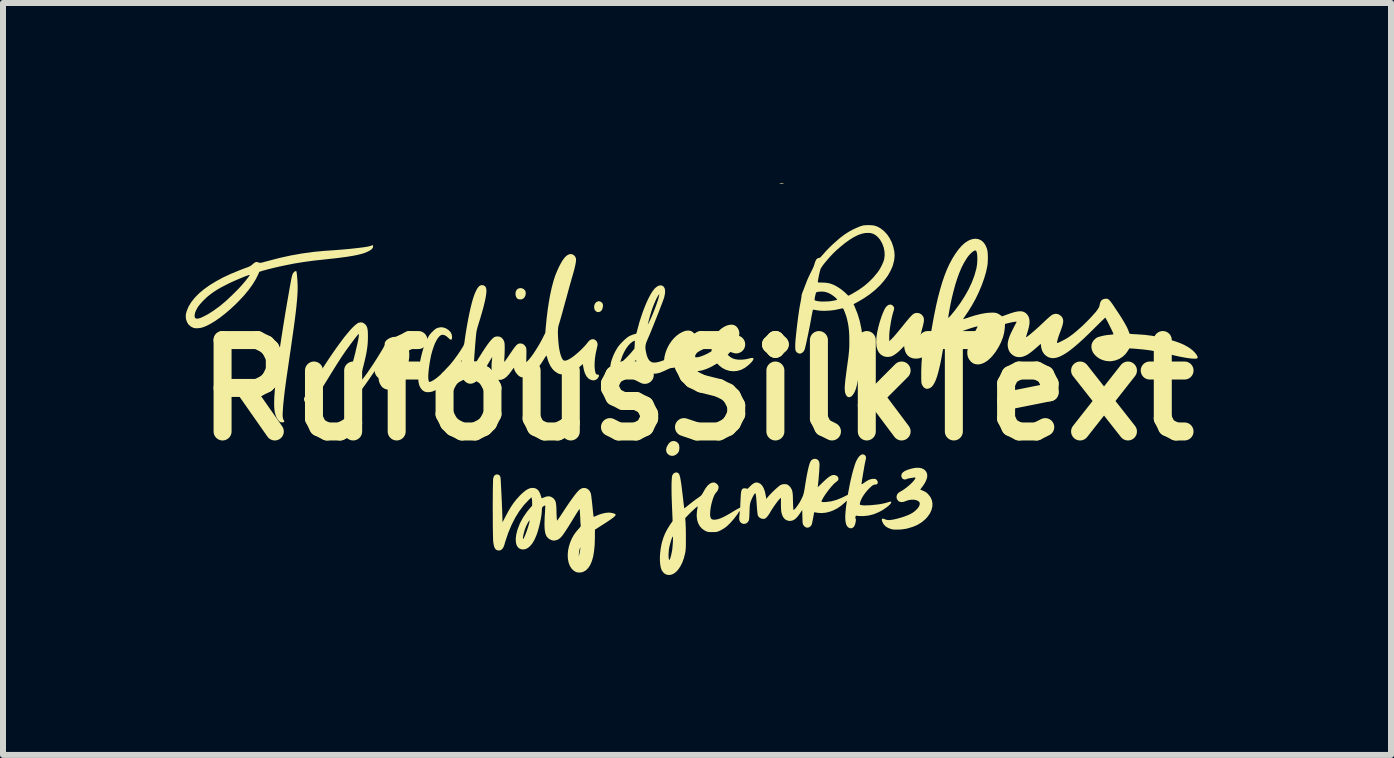
<source format=kicad_pcb>
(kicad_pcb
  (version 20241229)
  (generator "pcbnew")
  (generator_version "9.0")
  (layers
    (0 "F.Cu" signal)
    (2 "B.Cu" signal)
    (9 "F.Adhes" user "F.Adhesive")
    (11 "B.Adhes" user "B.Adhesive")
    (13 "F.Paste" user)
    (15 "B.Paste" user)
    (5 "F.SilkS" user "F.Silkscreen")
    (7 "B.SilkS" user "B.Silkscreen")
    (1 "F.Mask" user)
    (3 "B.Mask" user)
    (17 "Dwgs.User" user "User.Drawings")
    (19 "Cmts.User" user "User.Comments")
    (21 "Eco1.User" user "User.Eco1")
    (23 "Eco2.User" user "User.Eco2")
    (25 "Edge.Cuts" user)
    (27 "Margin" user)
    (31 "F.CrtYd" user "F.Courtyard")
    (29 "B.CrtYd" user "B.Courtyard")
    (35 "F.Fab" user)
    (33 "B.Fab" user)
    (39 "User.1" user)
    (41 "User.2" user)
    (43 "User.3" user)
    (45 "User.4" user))
  (footprint "RufousSilkText"
    (layer "F.Cu")
    (at 8.571 3.454)
    (property "Reference" "RufousSilkText" (at 0 0 0) (layer "F.SilkS") (effects (font (size 1.524 1.524) (thickness 0.3))))
    (attr board_only exclude_from_pos_files exclude_from_bom)
    (fp_poly (pts (xy 1.435 -3.453) (xy 1.446 -3.451) (xy 1.445 -3.448) (xy 1.444 -3.448) (xy 1.417 -3.442) (xy 1.385 -3.446) (xy 1.378 -3.448) (xy 1.373 -3.451) (xy 1.38 -3.453) (xy 1.4 -3.453) (xy 1.409 -3.454)) (stroke (width 0) (type solid)) (fill yes) (layer "F.SilkS"))
    (fp_poly (pts (xy -1.618 -1.479) (xy -1.601 -1.471) (xy -1.579 -1.451) (xy -1.568 -1.424) (xy -1.569 -1.389) (xy -1.578 -1.354) (xy -1.593 -1.326) (xy -1.615 -1.308) (xy -1.641 -1.3) (xy -1.668 -1.304) (xy -1.689 -1.317) (xy -1.707 -1.34) (xy -1.715 -1.37) (xy -1.715 -1.403) (xy -1.706 -1.433) (xy -1.689 -1.459) (xy -1.672 -1.472) (xy -1.644 -1.482)) (stroke (width 0) (type solid)) (fill yes) (layer "F.SilkS"))
    (fp_poly (pts (xy -2.916 -1.697) (xy -2.889 -1.684) (xy -2.868 -1.663) (xy -2.86 -1.647) (xy -2.855 -1.613) (xy -2.861 -1.578) (xy -2.876 -1.547) (xy -2.899 -1.524) (xy -2.903 -1.522) (xy -2.93 -1.512) (xy -2.96 -1.512) (xy -2.987 -1.52) (xy -2.996 -1.525) (xy -3.014 -1.548) (xy -3.024 -1.578) (xy -3.027 -1.611) (xy -3.021 -1.644) (xy -3.007 -1.672) (xy -3 -1.68) (xy -2.975 -1.695) (xy -2.946 -1.701)) (stroke (width 0) (type solid)) (fill yes) (layer "F.SilkS"))
    (fp_poly (pts (xy -0.372 0.85) (xy -0.34 0.863) (xy -0.33 0.871) (xy -0.309 0.893) (xy -0.298 0.921) (xy -0.294 0.956) (xy -0.295 0.975) (xy -0.298 1.004) (xy -0.305 1.026) (xy -0.317 1.045) (xy -0.346 1.073) (xy -0.38 1.091) (xy -0.415 1.097) (xy -0.45 1.09) (xy -0.461 1.085) (xy -0.492 1.062) (xy -0.51 1.032) (xy -0.516 0.998) (xy -0.51 0.96) (xy -0.501 0.939) (xy -0.487 0.915) (xy -0.472 0.892) (xy -0.465 0.883) (xy -0.438 0.86) (xy -0.406 0.849)) (stroke (width 0) (type solid)) (fill yes) (layer "F.SilkS"))
    (fp_poly (pts (xy -6.679 -1.98) (xy -6.677 -1.97) (xy -6.674 -1.949) (xy -6.67 -1.919) (xy -6.667 -1.883) (xy -6.665 -1.858) (xy -6.662 -1.82) (xy -6.66 -1.782) (xy -6.659 -1.743) (xy -6.659 -1.703) (xy -6.659 -1.66) (xy -6.661 -1.615) (xy -6.664 -1.565) (xy -6.668 -1.511) (xy -6.674 -1.451) (xy -6.68 -1.386) (xy -6.688 -1.314) (xy -6.698 -1.234) (xy -6.709 -1.146) (xy -6.722 -1.049) (xy -6.737 -0.943) (xy -6.754 -0.825) (xy -6.772 -0.697) (xy -6.793 -0.557) (xy -6.815 -0.404) (xy -6.828 -0.315) (xy -6.844 -0.208) (xy -6.858 -0.104) (xy -6.871 -0.006) (xy -6.882 0.086) (xy -6.891 0.17) (xy -6.899 0.247) (xy -6.904 0.313) (xy -6.907 0.369) (xy -6.909 0.413) (xy -6.908 0.439) (xy -6.903 0.474) (xy -6.893 0.498) (xy -6.89 0.502) (xy -6.881 0.52) (xy -6.884 0.531) (xy -6.9 0.537) (xy -6.918 0.538) (xy -6.941 0.535) (xy -6.964 0.521) (xy -6.968 0.517) (xy -6.992 0.489) (xy -7.014 0.45) (xy -7.031 0.403) (xy -7.039 0.372) (xy -7.046 0.325) (xy -7.05 0.265) (xy -7.05 0.192) (xy -7.047 0.107) (xy -7.04 0.008) (xy -7.031 -0.104) (xy -7.017 -0.229) (xy -7.001 -0.367) (xy -6.981 -0.519) (xy -6.958 -0.684) (xy -6.931 -0.862) (xy -6.901 -1.053) (xy -6.868 -1.259) (xy -6.831 -1.477) (xy -6.818 -1.551) (xy -6.804 -1.632) (xy -6.792 -1.701) (xy -6.782 -1.758) (xy -6.773 -1.805) (xy -6.766 -1.844) (xy -6.76 -1.874) (xy -6.754 -1.897) (xy -6.749 -1.916) (xy -6.744 -1.93) (xy -6.74 -1.94) (xy -6.735 -1.949) (xy -6.734 -1.95) (xy -6.72 -1.968) (xy -6.704 -1.98) (xy -6.689 -1.985)) (stroke (width 0) (type solid)) (fill yes) (layer "F.SilkS"))
    (fp_poly (pts (xy 3.748 1.304) (xy 3.786 1.324) (xy 3.798 1.333) (xy 3.824 1.365) (xy 3.837 1.403) (xy 3.838 1.446) (xy 3.825 1.493) (xy 3.8 1.546) (xy 3.762 1.604) (xy 3.759 1.607) (xy 3.721 1.658) (xy 3.747 1.669) (xy 3.782 1.684) (xy 3.807 1.697) (xy 3.827 1.71) (xy 3.845 1.727) (xy 3.853 1.735) (xy 3.89 1.781) (xy 3.914 1.832) (xy 3.925 1.886) (xy 3.923 1.942) (xy 3.909 1.999) (xy 3.883 2.055) (xy 3.844 2.111) (xy 3.812 2.147) (xy 3.75 2.2) (xy 3.68 2.244) (xy 3.6 2.279) (xy 3.51 2.306) (xy 3.497 2.309) (xy 3.452 2.317) (xy 3.404 2.323) (xy 3.354 2.326) (xy 3.307 2.326) (xy 3.267 2.324) (xy 3.24 2.318) (xy 3.184 2.297) (xy 3.14 2.269) (xy 3.108 2.233) (xy 3.087 2.19) (xy 3.082 2.169) (xy 3.081 2.152) (xy 3.088 2.143) (xy 3.104 2.143) (xy 3.13 2.152) (xy 3.135 2.154) (xy 3.16 2.163) (xy 3.182 2.167) (xy 3.21 2.166) (xy 3.217 2.166) (xy 3.268 2.159) (xy 3.327 2.146) (xy 3.39 2.129) (xy 3.453 2.109) (xy 3.511 2.087) (xy 3.547 2.071) (xy 3.593 2.046) (xy 3.632 2.017) (xy 3.665 1.986) (xy 3.691 1.955) (xy 3.707 1.925) (xy 3.714 1.897) (xy 3.71 1.873) (xy 3.695 1.854) (xy 3.664 1.838) (xy 3.625 1.828) (xy 3.581 1.827) (xy 3.536 1.832) (xy 3.492 1.845) (xy 3.482 1.85) (xy 3.44 1.864) (xy 3.403 1.867) (xy 3.371 1.858) (xy 3.357 1.849) (xy 3.336 1.823) (xy 3.326 1.793) (xy 3.328 1.762) (xy 3.34 1.733) (xy 3.364 1.708) (xy 3.379 1.699) (xy 3.425 1.672) (xy 3.474 1.638) (xy 3.522 1.6) (xy 3.566 1.561) (xy 3.603 1.523) (xy 3.614 1.509) (xy 3.633 1.484) (xy 3.641 1.468) (xy 3.641 1.46) (xy 3.631 1.457) (xy 3.614 1.458) (xy 3.571 1.465) (xy 3.535 1.471) (xy 3.51 1.477) (xy 3.495 1.482) (xy 3.493 1.483) (xy 3.484 1.488) (xy 3.467 1.49) (xy 3.464 1.49) (xy 3.437 1.484) (xy 3.418 1.467) (xy 3.407 1.441) (xy 3.406 1.426) (xy 3.412 1.397) (xy 3.431 1.372) (xy 3.462 1.35) (xy 3.507 1.33) (xy 3.514 1.327) (xy 3.586 1.306) (xy 3.649 1.295) (xy 3.703 1.295)) (stroke (width 0) (type solid)) (fill yes) (layer "F.SilkS"))
    (fp_poly (pts (xy -5.408 -2.416) (xy -5.406 -2.412) (xy -5.4 -2.391) (xy -5.407 -2.37) (xy -5.427 -2.347) (xy -5.459 -2.325) (xy -5.503 -2.303) (xy -5.556 -2.282) (xy -5.605 -2.268) (xy -5.666 -2.253) (xy -5.738 -2.239) (xy -5.822 -2.225) (xy -5.918 -2.212) (xy -6.027 -2.198) (xy -6.149 -2.185) (xy -6.21 -2.178) (xy -6.388 -2.159) (xy -6.556 -2.136) (xy -6.712 -2.111) (xy -6.813 -2.091) (xy -6.882 -2.077) (xy -6.953 -2.062) (xy -7.023 -2.046) (xy -7.089 -2.03) (xy -7.15 -2.015) (xy -7.202 -2.001) (xy -7.242 -1.99) (xy -7.298 -1.972) (xy -7.315 -1.932) (xy -7.356 -1.849) (xy -7.41 -1.761) (xy -7.476 -1.67) (xy -7.553 -1.577) (xy -7.642 -1.482) (xy -7.692 -1.432) (xy -7.781 -1.349) (xy -7.868 -1.275) (xy -7.954 -1.208) (xy -8.036 -1.151) (xy -8.114 -1.104) (xy -8.187 -1.067) (xy -8.242 -1.046) (xy -8.277 -1.037) (xy -8.317 -1.032) (xy -8.355 -1.031) (xy -8.386 -1.035) (xy -8.394 -1.037) (xy -8.439 -1.059) (xy -8.476 -1.091) (xy -8.503 -1.133) (xy -8.519 -1.181) (xy -8.523 -1.211) (xy -8.524 -1.24) (xy -8.523 -1.251) (xy -8.376 -1.251) (xy -8.376 -1.222) (xy -8.366 -1.201) (xy -8.366 -1.201) (xy -8.348 -1.192) (xy -8.32 -1.192) (xy -8.283 -1.202) (xy -8.239 -1.221) (xy -8.151 -1.267) (xy -8.059 -1.326) (xy -7.963 -1.396) (xy -7.892 -1.454) (xy -7.85 -1.49) (xy -7.803 -1.534) (xy -7.752 -1.583) (xy -7.701 -1.633) (xy -7.652 -1.682) (xy -7.61 -1.727) (xy -7.585 -1.755) (xy -7.556 -1.789) (xy -7.528 -1.822) (xy -7.504 -1.853) (xy -7.483 -1.88) (xy -7.467 -1.902) (xy -7.458 -1.916) (xy -7.457 -1.921) (xy -7.465 -1.92) (xy -7.484 -1.914) (xy -7.512 -1.904) (xy -7.548 -1.891) (xy -7.588 -1.874) (xy -7.633 -1.856) (xy -7.679 -1.836) (xy -7.725 -1.816) (xy -7.769 -1.796) (xy -7.809 -1.777) (xy -7.826 -1.768) (xy -7.893 -1.734) (xy -7.95 -1.704) (xy -8 -1.675) (xy -8.045 -1.646) (xy -8.089 -1.615) (xy -8.13 -1.584) (xy -8.168 -1.553) (xy -8.207 -1.516) (xy -8.246 -1.477) (xy -8.281 -1.438) (xy -8.31 -1.402) (xy -8.329 -1.374) (xy -8.353 -1.329) (xy -8.369 -1.288) (xy -8.376 -1.251) (xy -8.523 -1.251) (xy -8.521 -1.267) (xy -8.514 -1.297) (xy -8.509 -1.316) (xy -8.478 -1.391) (xy -8.434 -1.465) (xy -8.376 -1.538) (xy -8.306 -1.61) (xy -8.223 -1.68) (xy -8.128 -1.748) (xy -8.02 -1.814) (xy -7.902 -1.878) (xy -7.771 -1.939) (xy -7.63 -1.997) (xy -7.539 -2.032) (xy -7.499 -2.046) (xy -7.47 -2.058) (xy -7.448 -2.069) (xy -7.43 -2.081) (xy -7.413 -2.094) (xy -7.409 -2.099) (xy -7.381 -2.122) (xy -7.359 -2.134) (xy -7.339 -2.137) (xy -7.318 -2.132) (xy -7.312 -2.129) (xy -7.302 -2.125) (xy -7.293 -2.122) (xy -7.283 -2.122) (xy -7.268 -2.124) (xy -7.247 -2.128) (xy -7.218 -2.136) (xy -7.178 -2.147) (xy -7.169 -2.149) (xy -6.967 -2.202) (xy -6.772 -2.245) (xy -6.58 -2.279) (xy -6.389 -2.305) (xy -6.195 -2.323) (xy -6.161 -2.325) (xy -6.056 -2.332) (xy -5.957 -2.34) (xy -5.862 -2.348) (xy -5.775 -2.356) (xy -5.695 -2.365) (xy -5.624 -2.373) (xy -5.562 -2.381) (xy -5.51 -2.389) (xy -5.47 -2.397) (xy -5.441 -2.404) (xy -5.426 -2.41) (xy -5.425 -2.411) (xy -5.414 -2.419)) (stroke (width 0) (type solid)) (fill yes) (layer "F.SilkS"))
    (fp_poly (pts (xy -5.571 -1.124) (xy -5.54 -1.104) (xy -5.533 -1.097) (xy -5.517 -1.078) (xy -5.505 -1.058) (xy -5.497 -1.033) (xy -5.491 -1.001) (xy -5.488 -0.961) (xy -5.487 -0.91) (xy -5.487 -0.885) (xy -5.488 -0.83) (xy -5.491 -0.777) (xy -5.496 -0.724) (xy -5.504 -0.669) (xy -5.514 -0.609) (xy -5.528 -0.544) (xy -5.545 -0.471) (xy -5.565 -0.389) (xy -5.59 -0.295) (xy -5.594 -0.28) (xy -5.606 -0.236) (xy -5.617 -0.196) (xy -5.625 -0.163) (xy -5.631 -0.138) (xy -5.634 -0.124) (xy -5.634 -0.121) (xy -5.629 -0.125) (xy -5.617 -0.137) (xy -5.6 -0.155) (xy -5.597 -0.159) (xy -5.552 -0.214) (xy -5.502 -0.281) (xy -5.447 -0.361) (xy -5.387 -0.451) (xy -5.322 -0.553) (xy -5.273 -0.633) (xy -5.249 -0.673) (xy -5.231 -0.704) (xy -5.219 -0.727) (xy -5.212 -0.744) (xy -5.208 -0.757) (xy -5.208 -0.767) (xy -5.208 -0.769) (xy -5.204 -0.796) (xy -5.187 -0.822) (xy -5.158 -0.847) (xy -5.125 -0.867) (xy -5.074 -0.885) (xy -5.022 -0.889) (xy -4.971 -0.881) (xy -4.923 -0.86) (xy -4.886 -0.832) (xy -4.85 -0.789) (xy -4.823 -0.738) (xy -4.805 -0.678) (xy -4.797 -0.611) (xy -4.799 -0.539) (xy -4.81 -0.462) (xy -4.831 -0.381) (xy -4.851 -0.325) (xy -4.879 -0.261) (xy -4.912 -0.2) (xy -4.948 -0.145) (xy -4.985 -0.097) (xy -5.023 -0.059) (xy -5.059 -0.031) (xy -5.074 -0.023) (xy -5.119 -0.009) (xy -5.164 -0.008) (xy -5.206 -0.021) (xy -5.244 -0.045) (xy -5.26 -0.062) (xy -5.286 -0.102) (xy -5.303 -0.15) (xy -5.312 -0.208) (xy -5.311 -0.276) (xy -5.306 -0.325) (xy -5.105 -0.325) (xy -5.105 -0.304) (xy -5.104 -0.294) (xy -5.103 -0.294) (xy -5.098 -0.299) (xy -5.087 -0.314) (xy -5.072 -0.334) (xy -5.067 -0.342) (xy -5.028 -0.407) (xy -4.997 -0.471) (xy -4.975 -0.532) (xy -4.963 -0.589) (xy -4.96 -0.639) (xy -4.961 -0.652) (xy -4.97 -0.692) (xy -4.986 -0.72) (xy -5.01 -0.739) (xy -5.044 -0.75) (xy -5.067 -0.753) (xy -5.104 -0.757) (xy -5.09 -0.727) (xy -5.084 -0.716) (xy -5.081 -0.706) (xy -5.079 -0.694) (xy -5.078 -0.679) (xy -5.079 -0.657) (xy -5.082 -0.627) (xy -5.087 -0.585) (xy -5.087 -0.581) (xy -5.092 -0.533) (xy -5.096 -0.484) (xy -5.099 -0.437) (xy -5.102 -0.394) (xy -5.104 -0.356) (xy -5.105 -0.325) (xy -5.306 -0.325) (xy -5.305 -0.338) (xy -5.301 -0.371) (xy -5.297 -0.397) (xy -5.296 -0.416) (xy -5.295 -0.423) (xy -5.295 -0.423) (xy -5.297 -0.423) (xy -5.299 -0.421) (xy -5.304 -0.415) (xy -5.311 -0.405) (xy -5.322 -0.39) (xy -5.337 -0.369) (xy -5.356 -0.341) (xy -5.381 -0.306) (xy -5.413 -0.261) (xy -5.451 -0.206) (xy -5.486 -0.155) (xy -5.516 -0.113) (xy -5.545 -0.072) (xy -5.572 -0.036) (xy -5.594 -0.005) (xy -5.612 0.018) (xy -5.621 0.028) (xy -5.654 0.058) (xy -5.688 0.076) (xy -5.721 0.081) (xy -5.753 0.074) (xy -5.781 0.055) (xy -5.786 0.049) (xy -5.802 0.025) (xy -5.812 -0.003) (xy -5.817 -0.04) (xy -5.818 -0.081) (xy -5.818 -0.109) (xy -5.815 -0.138) (xy -5.81 -0.171) (xy -5.803 -0.209) (xy -5.793 -0.254) (xy -5.78 -0.307) (xy -5.764 -0.371) (xy -5.744 -0.446) (xy -5.742 -0.455) (xy -5.721 -0.531) (xy -5.702 -0.604) (xy -5.686 -0.673) (xy -5.671 -0.737) (xy -5.658 -0.793) (xy -5.648 -0.842) (xy -5.642 -0.882) (xy -5.638 -0.912) (xy -5.637 -0.93) (xy -5.639 -0.935) (xy -5.645 -0.931) (xy -5.659 -0.917) (xy -5.681 -0.891) (xy -5.709 -0.855) (xy -5.744 -0.809) (xy -5.786 -0.752) (xy -5.799 -0.734) (xy -5.83 -0.692) (xy -5.858 -0.653) (xy -5.884 -0.615) (xy -5.91 -0.577) (xy -5.937 -0.537) (xy -5.965 -0.493) (xy -5.996 -0.445) (xy -6.03 -0.391) (xy -6.069 -0.328) (xy -6.114 -0.256) (xy -6.142 -0.21) (xy -6.192 -0.129) (xy -6.235 -0.06) (xy -6.272 -0.001) (xy -6.304 0.049) (xy -6.332 0.091) (xy -6.355 0.124) (xy -6.375 0.151) (xy -6.392 0.173) (xy -6.407 0.189) (xy -6.42 0.201) (xy -6.432 0.21) (xy -6.444 0.217) (xy -6.467 0.227) (xy -6.485 0.23) (xy -6.501 0.226) (xy -6.508 0.224) (xy -6.53 0.208) (xy -6.546 0.184) (xy -6.553 0.157) (xy -6.553 0.154) (xy -6.553 0.149) (xy -6.553 0.145) (xy -6.552 0.14) (xy -6.55 0.133) (xy -6.546 0.124) (xy -6.539 0.112) (xy -6.53 0.096) (xy -6.518 0.076) (xy -6.502 0.049) (xy -6.481 0.016) (xy -6.456 -0.025) (xy -6.425 -0.073) (xy -6.389 -0.131) (xy -6.346 -0.199) (xy -6.296 -0.278) (xy -6.288 -0.29) (xy -6.213 -0.408) (xy -6.14 -0.519) (xy -6.071 -0.621) (xy -6.004 -0.716) (xy -5.941 -0.802) (xy -5.883 -0.88) (xy -5.828 -0.947) (xy -5.779 -1.005) (xy -5.735 -1.051) (xy -5.696 -1.087) (xy -5.663 -1.112) (xy -5.642 -1.123) (xy -5.605 -1.13)) (stroke (width 0) (type solid)) (fill yes) (layer "F.SilkS"))
    (fp_poly (pts (xy -0.58 -1.741) (xy -0.555 -1.723) (xy -0.539 -1.696) (xy -0.532 -1.658) (xy -0.534 -1.61) (xy -0.546 -1.554) (xy -0.549 -1.541) (xy -0.556 -1.521) (xy -0.567 -1.49) (xy -0.582 -1.449) (xy -0.601 -1.401) (xy -0.622 -1.346) (xy -0.645 -1.286) (xy -0.67 -1.224) (xy -0.695 -1.161) (xy -0.72 -1.098) (xy -0.744 -1.038) (xy -0.767 -0.981) (xy -0.788 -0.93) (xy -0.807 -0.887) (xy -0.822 -0.852) (xy -0.829 -0.835) (xy -0.847 -0.792) (xy -0.857 -0.754) (xy -0.861 -0.716) (xy -0.858 -0.674) (xy -0.849 -0.625) (xy -0.834 -0.568) (xy -0.816 -0.524) (xy -0.792 -0.491) (xy -0.764 -0.47) (xy -0.742 -0.462) (xy -0.711 -0.459) (xy -0.672 -0.463) (xy -0.627 -0.473) (xy -0.581 -0.488) (xy -0.55 -0.5) (xy -0.542 -0.557) (xy -0.53 -0.608) (xy -0.511 -0.665) (xy -0.485 -0.723) (xy -0.46 -0.767) (xy -0.423 -0.821) (xy -0.381 -0.87) (xy -0.336 -0.911) (xy -0.289 -0.945) (xy -0.242 -0.97) (xy -0.197 -0.987) (xy -0.153 -0.993) (xy -0.114 -0.99) (xy -0.079 -0.974) (xy -0.07 -0.967) (xy -0.044 -0.938) (xy -0.029 -0.902) (xy -0.025 -0.874) (xy -0.022 -0.851) (xy -0.016 -0.832) (xy -0.013 -0.827) (xy 0.003 -0.806) (xy 0.011 -0.786) (xy 0.013 -0.762) (xy 0.008 -0.732) (xy -0.004 -0.693) (xy -0.007 -0.684) (xy -0.017 -0.651) (xy -0.025 -0.619) (xy -0.029 -0.592) (xy -0.03 -0.586) (xy -0.031 -0.549) (xy -0.007 -0.547) (xy 0.016 -0.549) (xy 0.048 -0.557) (xy 0.086 -0.57) (xy 0.126 -0.586) (xy 0.167 -0.605) (xy 0.189 -0.617) (xy 0.241 -0.647) (xy 0.245 -0.703) (xy 0.252 -0.76) (xy 0.262 -0.809) (xy 0.277 -0.854) (xy 0.293 -0.888) (xy 0.322 -0.938) (xy 0.359 -0.983) (xy 0.401 -1.022) (xy 0.447 -1.053) (xy 0.494 -1.076) (xy 0.542 -1.089) (xy 0.586 -1.091) (xy 0.618 -1.084) (xy 0.649 -1.067) (xy 0.675 -1.039) (xy 0.694 -1.004) (xy 0.705 -0.964) (xy 0.706 -0.944) (xy 0.701 -0.904) (xy 0.687 -0.858) (xy 0.666 -0.807) (xy 0.638 -0.754) (xy 0.604 -0.701) (xy 0.567 -0.652) (xy 0.546 -0.628) (xy 0.511 -0.589) (xy 0.538 -0.565) (xy 0.56 -0.548) (xy 0.588 -0.532) (xy 0.606 -0.524) (xy 0.647 -0.513) (xy 0.697 -0.507) (xy 0.751 -0.508) (xy 0.807 -0.514) (xy 0.851 -0.523) (xy 0.886 -0.532) (xy 0.911 -0.537) (xy 0.926 -0.537) (xy 0.936 -0.534) (xy 0.94 -0.527) (xy 0.939 -0.512) (xy 0.928 -0.491) (xy 0.908 -0.466) (xy 0.881 -0.438) (xy 0.849 -0.41) (xy 0.814 -0.383) (xy 0.794 -0.369) (xy 0.734 -0.338) (xy 0.671 -0.32) (xy 0.606 -0.314) (xy 0.541 -0.321) (xy 0.478 -0.34) (xy 0.419 -0.371) (xy 0.372 -0.408) (xy 0.335 -0.444) (xy 0.312 -0.431) (xy 0.232 -0.386) (xy 0.159 -0.353) (xy 0.093 -0.331) (xy 0.033 -0.319) (xy -0.022 -0.317) (xy -0.068 -0.324) (xy -0.113 -0.339) (xy -0.149 -0.36) (xy -0.18 -0.39) (xy -0.21 -0.431) (xy -0.214 -0.438) (xy -0.219 -0.445) (xy -0.226 -0.446) (xy -0.237 -0.44) (xy -0.254 -0.428) (xy -0.305 -0.397) (xy -0.352 -0.378) (xy -0.398 -0.371) (xy -0.401 -0.371) (xy -0.421 -0.37) (xy -0.439 -0.367) (xy -0.459 -0.36) (xy -0.485 -0.349) (xy -0.519 -0.333) (xy -0.52 -0.332) (xy -0.574 -0.308) (xy -0.619 -0.29) (xy -0.66 -0.279) (xy -0.701 -0.274) (xy -0.744 -0.274) (xy -0.748 -0.274) (xy -0.804 -0.281) (xy -0.853 -0.298) (xy -0.898 -0.326) (xy -0.923 -0.347) (xy -0.953 -0.378) (xy -0.977 -0.41) (xy -0.996 -0.449) (xy -1.004 -0.466) (xy -1.019 -0.504) (xy -1.038 -0.479) (xy -1.087 -0.419) (xy -1.138 -0.367) (xy -1.188 -0.323) (xy -1.236 -0.289) (xy -1.255 -0.279) (xy -1.299 -0.263) (xy -1.34 -0.26) (xy -1.375 -0.269) (xy -1.401 -0.286) (xy -1.424 -0.313) (xy -1.44 -0.345) (xy -1.441 -0.347) (xy -1.446 -0.38) (xy -1.443 -0.421) (xy -1.434 -0.463) (xy -1.279 -0.463) (xy -1.277 -0.458) (xy -1.268 -0.46) (xy -1.253 -0.471) (xy -1.23 -0.491) (xy -1.199 -0.519) (xy -1.17 -0.548) (xy -1.137 -0.582) (xy -1.106 -0.616) (xy -1.094 -0.63) (xy -1.044 -0.69) (xy -1.039 -0.755) (xy -1.038 -0.784) (xy -1.037 -0.807) (xy -1.037 -0.821) (xy -1.038 -0.823) (xy -1.045 -0.822) (xy -1.061 -0.815) (xy -1.073 -0.809) (xy -1.11 -0.78) (xy -1.148 -0.74) (xy -1.184 -0.69) (xy -1.217 -0.632) (xy -1.245 -0.57) (xy -1.256 -0.539) (xy -1.266 -0.51) (xy -1.274 -0.485) (xy -1.278 -0.468) (xy -1.279 -0.463) (xy -1.434 -0.463) (xy -1.433 -0.47) (xy -1.416 -0.523) (xy -1.394 -0.58) (xy -1.367 -0.637) (xy -1.335 -0.693) (xy -1.32 -0.717) (xy -1.297 -0.747) (xy -1.267 -0.781) (xy -1.234 -0.815) (xy -1.2 -0.847) (xy -1.167 -0.875) (xy -1.14 -0.894) (xy -1.133 -0.898) (xy -1.103 -0.912) (xy -1.07 -0.925) (xy -1.053 -0.93) (xy -1.012 -0.942) (xy -0.988 -1.032) (xy -0.973 -1.087) (xy -0.825 -1.087) (xy -0.822 -1.084) (xy -0.818 -1.087) (xy -0.822 -1.091) (xy -0.825 -1.087) (xy -0.973 -1.087) (xy -0.969 -1.101) (xy -0.818 -1.101) (xy -0.815 -1.103) (xy -0.807 -1.116) (xy -0.796 -1.139) (xy -0.782 -1.168) (xy -0.766 -1.204) (xy -0.749 -1.242) (xy -0.732 -1.283) (xy -0.724 -1.304) (xy -0.701 -1.361) (xy -0.681 -1.416) (xy -0.663 -1.468) (xy -0.648 -1.513) (xy -0.638 -1.55) (xy -0.633 -1.574) (xy -0.629 -1.605) (xy -0.651 -1.57) (xy -0.67 -1.538) (xy -0.691 -1.495) (xy -0.713 -1.444) (xy -0.735 -1.389) (xy -0.748 -1.352) (xy -0.757 -1.326) (xy -0.767 -1.293) (xy -0.778 -1.257) (xy -0.789 -1.219) (xy -0.799 -1.182) (xy -0.807 -1.149) (xy -0.814 -1.123) (xy -0.817 -1.106) (xy -0.818 -1.101) (xy -0.969 -1.101) (xy -0.963 -1.126) (xy -0.933 -1.219) (xy -0.902 -1.31) (xy -0.869 -1.396) (xy -0.835 -1.476) (xy -0.8 -1.548) (xy -0.767 -1.609) (xy -0.737 -1.655) (xy -0.703 -1.697) (xy -0.668 -1.726) (xy -0.634 -1.743) (xy -0.601 -1.746)) (stroke (width 0) (type solid)) (fill yes) (layer "F.SilkS"))
    (fp_poly (pts (xy 2.912 -2.749) (xy 2.955 -2.743) (xy 2.994 -2.731) (xy 3.034 -2.712) (xy 3.063 -2.694) (xy 3.118 -2.651) (xy 3.168 -2.597) (xy 3.211 -2.534) (xy 3.246 -2.465) (xy 3.272 -2.39) (xy 3.289 -2.314) (xy 3.294 -2.244) (xy 3.292 -2.216) (xy 3.289 -2.182) (xy 3.284 -2.152) (xy 3.262 -2.07) (xy 3.226 -1.988) (xy 3.179 -1.905) (xy 3.119 -1.825) (xy 3.05 -1.746) (xy 2.971 -1.671) (xy 2.882 -1.599) (xy 2.786 -1.533) (xy 2.684 -1.473) (xy 2.61 -1.433) (xy 2.63 -1.388) (xy 2.677 -1.271) (xy 2.714 -1.148) (xy 2.741 -1.018) (xy 2.742 -1.007) (xy 2.748 -0.971) (xy 2.752 -0.935) (xy 2.755 -0.899) (xy 2.757 -0.857) (xy 2.758 -0.808) (xy 2.758 -0.748) (xy 2.758 -0.694) (xy 2.758 -0.648) (xy 2.756 -0.606) (xy 2.754 -0.567) (xy 2.75 -0.528) (xy 2.744 -0.487) (xy 2.737 -0.441) (xy 2.727 -0.387) (xy 2.715 -0.324) (xy 2.706 -0.276) (xy 2.692 -0.206) (xy 2.679 -0.148) (xy 2.669 -0.1) (xy 2.659 -0.061) (xy 2.651 -0.03) (xy 2.642 -0.004) (xy 2.633 0.018) (xy 2.624 0.038) (xy 2.621 0.044) (xy 2.597 0.081) (xy 2.572 0.106) (xy 2.546 0.118) (xy 2.52 0.116) (xy 2.509 0.111) (xy 2.498 0.101) (xy 2.486 0.083) (xy 2.481 0.075) (xy 2.473 0.056) (xy 2.467 0.033) (xy 2.464 0.005) (xy 2.462 -0.029) (xy 2.464 -0.07) (xy 2.468 -0.119) (xy 2.474 -0.179) (xy 2.483 -0.251) (xy 2.492 -0.322) (xy 2.503 -0.401) (xy 2.512 -0.467) (xy 2.52 -0.524) (xy 2.526 -0.572) (xy 2.53 -0.614) (xy 2.534 -0.651) (xy 2.536 -0.685) (xy 2.538 -0.718) (xy 2.539 -0.752) (xy 2.539 -0.788) (xy 2.539 -0.829) (xy 2.539 -0.83) (xy 2.538 -0.912) (xy 2.534 -0.983) (xy 2.527 -1.049) (xy 2.517 -1.112) (xy 2.503 -1.175) (xy 2.501 -1.184) (xy 2.491 -1.221) (xy 2.479 -1.257) (xy 2.466 -1.292) (xy 2.454 -1.323) (xy 2.444 -1.346) (xy 2.435 -1.361) (xy 2.431 -1.364) (xy 2.421 -1.362) (xy 2.401 -1.358) (xy 2.373 -1.352) (xy 2.346 -1.346) (xy 2.289 -1.335) (xy 2.226 -1.327) (xy 2.161 -1.323) (xy 2.097 -1.322) (xy 2.039 -1.325) (xy 1.994 -1.332) (xy 1.967 -1.337) (xy 1.946 -1.34) (xy 1.934 -1.341) (xy 1.932 -1.34) (xy 1.93 -1.333) (xy 1.926 -1.313) (xy 1.92 -1.285) (xy 1.913 -1.249) (xy 1.905 -1.208) (xy 1.905 -1.205) (xy 1.892 -1.133) (xy 1.878 -1.06) (xy 1.864 -0.99) (xy 1.85 -0.922) (xy 1.837 -0.86) (xy 1.825 -0.803) (xy 1.814 -0.754) (xy 1.804 -0.714) (xy 1.797 -0.685) (xy 1.791 -0.669) (xy 1.791 -0.668) (xy 1.774 -0.641) (xy 1.75 -0.62) (xy 1.725 -0.61) (xy 1.715 -0.608) (xy 1.688 -0.614) (xy 1.663 -0.63) (xy 1.647 -0.65) (xy 1.641 -0.668) (xy 1.638 -0.694) (xy 1.637 -0.73) (xy 1.638 -0.777) (xy 1.642 -0.835) (xy 1.649 -0.905) (xy 1.657 -0.983) (xy 1.668 -1.077) (xy 1.678 -1.158) (xy 1.687 -1.229) (xy 1.696 -1.291) (xy 1.704 -1.345) (xy 1.712 -1.394) (xy 1.72 -1.438) (xy 1.724 -1.454) (xy 1.73 -1.489) (xy 1.734 -1.509) (xy 1.96 -1.509) (xy 1.96 -1.499) (xy 1.961 -1.499) (xy 1.969 -1.495) (xy 1.986 -1.49) (xy 1.998 -1.486) (xy 2.028 -1.481) (xy 2.069 -1.477) (xy 2.116 -1.477) (xy 2.165 -1.478) (xy 2.213 -1.481) (xy 2.256 -1.487) (xy 2.264 -1.489) (xy 2.293 -1.495) (xy 2.316 -1.5) (xy 2.331 -1.505) (xy 2.334 -1.507) (xy 2.333 -1.514) (xy 2.322 -1.528) (xy 2.304 -1.545) (xy 2.281 -1.564) (xy 2.255 -1.583) (xy 2.23 -1.599) (xy 2.207 -1.612) (xy 2.157 -1.632) (xy 2.115 -1.641) (xy 2.084 -1.642) (xy 2.051 -1.642) (xy 2.021 -1.639) (xy 1.998 -1.634) (xy 1.988 -1.63) (xy 1.983 -1.622) (xy 1.978 -1.604) (xy 1.972 -1.58) (xy 1.966 -1.553) (xy 1.962 -1.528) (xy 1.96 -1.509) (xy 1.734 -1.509) (xy 1.736 -1.522) (xy 1.74 -1.549) (xy 1.742 -1.566) (xy 1.742 -1.566) (xy 1.744 -1.586) (xy 1.752 -1.612) (xy 1.759 -1.633) (xy 1.769 -1.656) (xy 1.781 -1.688) (xy 1.795 -1.725) (xy 1.809 -1.762) (xy 1.809 -1.762) (xy 1.826 -1.805) (xy 2.014 -1.805) (xy 2.015 -1.8) (xy 2.021 -1.796) (xy 2.032 -1.794) (xy 2.053 -1.793) (xy 2.085 -1.793) (xy 2.089 -1.793) (xy 2.149 -1.79) (xy 2.2 -1.782) (xy 2.249 -1.767) (xy 2.301 -1.744) (xy 2.313 -1.738) (xy 2.396 -1.686) (xy 2.47 -1.625) (xy 2.486 -1.609) (xy 2.503 -1.592) (xy 2.517 -1.579) (xy 2.524 -1.574) (xy 2.524 -1.574) (xy 2.532 -1.577) (xy 2.548 -1.586) (xy 2.572 -1.598) (xy 2.598 -1.613) (xy 2.697 -1.672) (xy 2.784 -1.734) (xy 2.862 -1.8) (xy 2.934 -1.872) (xy 3.001 -1.952) (xy 3.014 -1.969) (xy 3.041 -2.007) (xy 3.067 -2.053) (xy 3.09 -2.101) (xy 3.109 -2.146) (xy 3.12 -2.182) (xy 3.128 -2.247) (xy 3.125 -2.315) (xy 3.111 -2.383) (xy 3.086 -2.448) (xy 3.052 -2.507) (xy 3.017 -2.549) (xy 2.978 -2.583) (xy 2.939 -2.605) (xy 2.896 -2.618) (xy 2.86 -2.621) (xy 2.804 -2.619) (xy 2.746 -2.607) (xy 2.683 -2.585) (xy 2.617 -2.552) (xy 2.546 -2.508) (xy 2.47 -2.454) (xy 2.388 -2.387) (xy 2.333 -2.34) (xy 2.297 -2.306) (xy 2.257 -2.266) (xy 2.217 -2.223) (xy 2.178 -2.179) (xy 2.141 -2.135) (xy 2.108 -2.094) (xy 2.082 -2.058) (xy 2.064 -2.029) (xy 2.061 -2.025) (xy 2.057 -2.011) (xy 2.05 -1.987) (xy 2.042 -1.955) (xy 2.034 -1.92) (xy 2.027 -1.885) (xy 2.021 -1.852) (xy 2.016 -1.825) (xy 2.014 -1.807) (xy 2.014 -1.805) (xy 1.826 -1.805) (xy 1.837 -1.834) (xy 1.874 -1.915) (xy 1.918 -2.004) (xy 1.932 -2.032) (xy 1.939 -2.048) (xy 1.949 -2.073) (xy 1.958 -2.103) (xy 1.961 -2.113) (xy 1.975 -2.153) (xy 1.99 -2.18) (xy 2.008 -2.196) (xy 2.029 -2.203) (xy 2.034 -2.203) (xy 2.045 -2.206) (xy 2.058 -2.215) (xy 2.074 -2.232) (xy 2.097 -2.258) (xy 2.102 -2.263) (xy 2.148 -2.316) (xy 2.203 -2.373) (xy 2.263 -2.431) (xy 2.327 -2.488) (xy 2.389 -2.541) (xy 2.449 -2.587) (xy 2.497 -2.619) (xy 2.544 -2.648) (xy 2.598 -2.677) (xy 2.654 -2.703) (xy 2.706 -2.725) (xy 2.726 -2.732) (xy 2.753 -2.741) (xy 2.777 -2.746) (xy 2.803 -2.749) (xy 2.836 -2.751) (xy 2.86 -2.751)) (stroke (width 0) (type solid)) (fill yes) (layer "F.SilkS"))
    (fp_poly (pts (xy -3.307 1.411) (xy -3.287 1.428) (xy -3.277 1.455) (xy -3.277 1.456) (xy -3.275 1.47) (xy -3.273 1.497) (xy -3.271 1.534) (xy -3.269 1.58) (xy -3.266 1.633) (xy -3.263 1.69) (xy -3.26 1.751) (xy -3.257 1.814) (xy -3.254 1.876) (xy -3.252 1.936) (xy -3.249 1.992) (xy -3.248 2.043) (xy -3.247 2.051) (xy -3.243 2.204) (xy -3.189 2.1) (xy -3.144 2.016) (xy -3.1 1.943) (xy -3.056 1.878) (xy -3.009 1.819) (xy -2.958 1.763) (xy -2.954 1.758) (xy -2.904 1.711) (xy -2.86 1.675) (xy -2.819 1.65) (xy -2.782 1.635) (xy -2.745 1.63) (xy -2.743 1.63) (xy -2.702 1.635) (xy -2.667 1.652) (xy -2.639 1.681) (xy -2.617 1.723) (xy -2.608 1.75) (xy -2.6 1.775) (xy -2.594 1.793) (xy -2.591 1.803) (xy -2.59 1.803) (xy -2.584 1.802) (xy -2.568 1.796) (xy -2.557 1.791) (xy -2.511 1.774) (xy -2.468 1.77) (xy -2.431 1.78) (xy -2.401 1.799) (xy -2.384 1.815) (xy -2.372 1.831) (xy -2.362 1.85) (xy -2.355 1.872) (xy -2.35 1.902) (xy -2.346 1.939) (xy -2.344 1.987) (xy -2.343 2.03) (xy -2.342 2.073) (xy -2.34 2.111) (xy -2.338 2.143) (xy -2.336 2.164) (xy -2.334 2.175) (xy -2.333 2.175) (xy -2.328 2.17) (xy -2.316 2.154) (xy -2.299 2.13) (xy -2.278 2.099) (xy -2.254 2.062) (xy -2.235 2.034) (xy -2.177 1.945) (xy -2.124 1.867) (xy -2.076 1.8) (xy -2.035 1.745) (xy -2 1.702) (xy -1.971 1.671) (xy -1.95 1.653) (xy -1.914 1.635) (xy -1.878 1.631) (xy -1.843 1.638) (xy -1.812 1.657) (xy -1.787 1.686) (xy -1.77 1.724) (xy -1.77 1.727) (xy -1.767 1.741) (xy -1.763 1.767) (xy -1.759 1.802) (xy -1.754 1.843) (xy -1.749 1.888) (xy -1.748 1.895) (xy -1.742 1.956) (xy -1.737 2.004) (xy -1.733 2.041) (xy -1.73 2.069) (xy -1.728 2.088) (xy -1.726 2.101) (xy -1.724 2.108) (xy -1.722 2.111) (xy -1.72 2.112) (xy -1.712 2.109) (xy -1.694 2.102) (xy -1.672 2.092) (xy -1.67 2.091) (xy -1.623 2.072) (xy -1.572 2.057) (xy -1.521 2.046) (xy -1.476 2.042) (xy -1.472 2.042) (xy -1.444 2.044) (xy -1.415 2.049) (xy -1.388 2.056) (xy -1.368 2.064) (xy -1.36 2.071) (xy -1.357 2.079) (xy -1.36 2.088) (xy -1.369 2.1) (xy -1.385 2.116) (xy -1.409 2.134) (xy -1.441 2.158) (xy -1.483 2.186) (xy -1.536 2.221) (xy -1.579 2.248) (xy -1.702 2.327) (xy -1.703 2.473) (xy -1.707 2.587) (xy -1.717 2.688) (xy -1.732 2.777) (xy -1.754 2.853) (xy -1.781 2.916) (xy -1.814 2.966) (xy -1.853 3.005) (xy -1.898 3.03) (xy -1.908 3.034) (xy -1.942 3.041) (xy -1.979 3.041) (xy -2.012 3.035) (xy -2.02 3.032) (xy -2.062 3.006) (xy -2.096 2.97) (xy -2.123 2.925) (xy -2.142 2.872) (xy -2.153 2.812) (xy -2.155 2.773) (xy -1.972 2.773) (xy -1.962 2.734) (xy -1.955 2.704) (xy -1.95 2.671) (xy -1.948 2.657) (xy -1.944 2.619) (xy -1.955 2.643) (xy -1.961 2.663) (xy -1.966 2.69) (xy -1.969 2.72) (xy -1.969 2.72) (xy -1.972 2.773) (xy -2.155 2.773) (xy -2.156 2.748) (xy -2.151 2.68) (xy -2.137 2.61) (xy -2.115 2.539) (xy -2.086 2.472) (xy -2.056 2.418) (xy -2.02 2.367) (xy -1.975 2.314) (xy -1.973 2.313) (xy -1.955 2.291) (xy -1.944 2.276) (xy -1.939 2.264) (xy -1.939 2.252) (xy -1.94 2.246) (xy -1.942 2.23) (xy -1.944 2.203) (xy -1.946 2.169) (xy -1.947 2.131) (xy -1.948 2.119) (xy -1.95 2.081) (xy -1.952 2.047) (xy -1.954 2.019) (xy -1.955 2.001) (xy -1.956 1.998) (xy -1.957 1.992) (xy -1.958 1.987) (xy -1.959 1.984) (xy -1.962 1.985) (xy -1.967 1.991) (xy -1.975 2.002) (xy -1.986 2.019) (xy -2.002 2.044) (xy -2.023 2.078) (xy -2.049 2.121) (xy -2.082 2.175) (xy -2.09 2.188) (xy -2.132 2.256) (xy -2.168 2.313) (xy -2.199 2.36) (xy -2.225 2.398) (xy -2.248 2.429) (xy -2.269 2.453) (xy -2.288 2.471) (xy -2.306 2.484) (xy -2.325 2.494) (xy -2.344 2.501) (xy -2.353 2.503) (xy -2.388 2.509) (xy -2.422 2.503) (xy -2.458 2.486) (xy -2.463 2.483) (xy -2.487 2.464) (xy -2.507 2.44) (xy -2.522 2.409) (xy -2.533 2.371) (xy -2.54 2.324) (xy -2.543 2.267) (xy -2.543 2.2) (xy -2.54 2.12) (xy -2.538 2.086) (xy -2.535 2.04) (xy -2.533 2) (xy -2.531 1.966) (xy -2.53 1.94) (xy -2.53 1.926) (xy -2.53 1.923) (xy -2.537 1.924) (xy -2.551 1.931) (xy -2.556 1.933) (xy -2.572 1.945) (xy -2.582 1.959) (xy -2.587 1.982) (xy -2.587 2.006) (xy -2.59 2.047) (xy -2.596 2.098) (xy -2.606 2.156) (xy -2.619 2.217) (xy -2.634 2.279) (xy -2.65 2.338) (xy -2.667 2.392) (xy -2.679 2.424) (xy -2.71 2.495) (xy -2.744 2.553) (xy -2.781 2.598) (xy -2.819 2.631) (xy -2.859 2.651) (xy -2.897 2.657) (xy -2.938 2.652) (xy -2.971 2.635) (xy -2.996 2.607) (xy -3.013 2.57) (xy -3.021 2.524) (xy -3.022 2.474) (xy -2.903 2.474) (xy -2.9 2.482) (xy -2.899 2.483) (xy -2.894 2.477) (xy -2.885 2.462) (xy -2.879 2.449) (xy -2.867 2.423) (xy -2.853 2.388) (xy -2.839 2.349) (xy -2.825 2.308) (xy -2.812 2.267) (xy -2.802 2.23) (xy -2.794 2.199) (xy -2.791 2.178) (xy -2.791 2.174) (xy -2.793 2.172) (xy -2.801 2.181) (xy -2.812 2.198) (xy -2.825 2.22) (xy -2.838 2.246) (xy -2.851 2.272) (xy -2.86 2.296) (xy -2.872 2.328) (xy -2.882 2.363) (xy -2.891 2.397) (xy -2.898 2.429) (xy -2.902 2.455) (xy -2.903 2.474) (xy -3.022 2.474) (xy -3.022 2.47) (xy -3.014 2.408) (xy -2.997 2.339) (xy -2.992 2.322) (xy -2.953 2.221) (xy -2.901 2.124) (xy -2.837 2.031) (xy -2.794 1.978) (xy -2.749 1.927) (xy -2.749 1.878) (xy -2.75 1.849) (xy -2.752 1.824) (xy -2.755 1.808) (xy -2.759 1.787) (xy -2.804 1.829) (xy -2.886 1.916) (xy -2.962 2.016) (xy -3.031 2.127) (xy -3.094 2.251) (xy -3.15 2.386) (xy -3.199 2.532) (xy -3.213 2.583) (xy -3.229 2.623) (xy -3.25 2.652) (xy -3.276 2.669) (xy -3.299 2.674) (xy -3.329 2.671) (xy -3.352 2.659) (xy -3.371 2.637) (xy -3.384 2.604) (xy -3.394 2.559) (xy -3.399 2.517) (xy -3.4 2.494) (xy -3.401 2.46) (xy -3.402 2.415) (xy -3.403 2.361) (xy -3.404 2.3) (xy -3.405 2.233) (xy -3.405 2.162) (xy -3.405 2.087) (xy -3.406 2.011) (xy -3.406 1.935) (xy -3.406 1.86) (xy -3.405 1.788) (xy -3.405 1.719) (xy -3.404 1.657) (xy -3.403 1.601) (xy -3.402 1.553) (xy -3.401 1.515) (xy -3.4 1.489) (xy -3.399 1.475) (xy -3.388 1.44) (xy -3.372 1.418) (xy -3.349 1.407) (xy -3.335 1.406)) (stroke (width 0) (type solid)) (fill yes) (layer "F.SilkS"))
    (fp_poly (pts (xy -2.085 -2.266) (xy -2.055 -2.251) (xy -2.032 -2.226) (xy -2.019 -2.195) (xy -2.018 -2.193) (xy -2.017 -2.166) (xy -2.021 -2.128) (xy -2.031 -2.077) (xy -2.045 -2.017) (xy -2.064 -1.946) (xy -2.077 -1.902) (xy -2.083 -1.881) (xy -2.091 -1.855) (xy -2.099 -1.824) (xy -2.11 -1.786) (xy -2.123 -1.74) (xy -2.138 -1.686) (xy -2.155 -1.623) (xy -2.175 -1.549) (xy -2.199 -1.464) (xy -2.225 -1.367) (xy -2.234 -1.336) (xy -2.248 -1.284) (xy -2.262 -1.234) (xy -2.275 -1.189) (xy -2.286 -1.15) (xy -2.295 -1.121) (xy -2.3 -1.102) (xy -2.301 -1.102) (xy -2.31 -1.071) (xy -2.316 -1.038) (xy -2.319 -1.001) (xy -2.32 -0.957) (xy -2.318 -0.903) (xy -2.315 -0.85) (xy -2.308 -0.766) (xy -2.298 -0.691) (xy -2.285 -0.626) (xy -2.269 -0.572) (xy -2.252 -0.53) (xy -2.233 -0.502) (xy -2.216 -0.492) (xy -2.193 -0.491) (xy -2.162 -0.501) (xy -2.133 -0.515) (xy -2.095 -0.538) (xy -2.052 -0.569) (xy -2.005 -0.608) (xy -1.957 -0.65) (xy -1.911 -0.695) (xy -1.869 -0.739) (xy -1.834 -0.78) (xy -1.818 -0.801) (xy -1.792 -0.829) (xy -1.763 -0.845) (xy -1.734 -0.85) (xy -1.706 -0.842) (xy -1.681 -0.823) (xy -1.672 -0.81) (xy -1.663 -0.792) (xy -1.659 -0.773) (xy -1.659 -0.75) (xy -1.665 -0.72) (xy -1.671 -0.694) (xy -1.689 -0.613) (xy -1.701 -0.534) (xy -1.707 -0.459) (xy -1.708 -0.39) (xy -1.702 -0.331) (xy -1.7 -0.318) (xy -1.693 -0.289) (xy -1.685 -0.271) (xy -1.675 -0.262) (xy -1.661 -0.259) (xy -1.657 -0.259) (xy -1.64 -0.255) (xy -1.634 -0.243) (xy -1.639 -0.223) (xy -1.642 -0.218) (xy -1.663 -0.188) (xy -1.691 -0.17) (xy -1.723 -0.162) (xy -1.759 -0.167) (xy -1.795 -0.183) (xy -1.813 -0.196) (xy -1.842 -0.229) (xy -1.866 -0.273) (xy -1.885 -0.33) (xy -1.898 -0.396) (xy -1.899 -0.4) (xy -1.903 -0.434) (xy -1.951 -0.393) (xy -1.995 -0.356) (xy -2.035 -0.327) (xy -2.074 -0.303) (xy -2.11 -0.285) (xy -2.135 -0.273) (xy -2.156 -0.267) (xy -2.178 -0.263) (xy -2.207 -0.262) (xy -2.22 -0.262) (xy -2.253 -0.263) (xy -2.277 -0.265) (xy -2.297 -0.27) (xy -2.318 -0.279) (xy -2.323 -0.282) (xy -2.37 -0.312) (xy -2.412 -0.354) (xy -2.447 -0.407) (xy -2.476 -0.469) (xy -2.493 -0.521) (xy -2.5 -0.546) (xy -2.506 -0.565) (xy -2.51 -0.575) (xy -2.51 -0.575) (xy -2.515 -0.571) (xy -2.525 -0.558) (xy -2.54 -0.536) (xy -2.556 -0.51) (xy -2.596 -0.447) (xy -2.638 -0.388) (xy -2.682 -0.335) (xy -2.725 -0.29) (xy -2.766 -0.254) (xy -2.804 -0.228) (xy -2.815 -0.223) (xy -2.849 -0.213) (xy -2.888 -0.21) (xy -2.926 -0.215) (xy -2.95 -0.223) (xy -2.976 -0.241) (xy -3.001 -0.267) (xy -3.023 -0.296) (xy -3.04 -0.326) (xy -3.049 -0.353) (xy -3.049 -0.361) (xy -3.051 -0.369) (xy -3.057 -0.368) (xy -3.068 -0.355) (xy -3.086 -0.332) (xy -3.09 -0.325) (xy -3.132 -0.268) (xy -3.173 -0.224) (xy -3.212 -0.194) (xy -3.25 -0.176) (xy -3.289 -0.17) (xy -3.322 -0.175) (xy -3.356 -0.191) (xy -3.385 -0.217) (xy -3.408 -0.252) (xy -3.416 -0.274) (xy -3.422 -0.305) (xy -3.425 -0.345) (xy -3.426 -0.392) (xy -3.425 -0.442) (xy -3.42 -0.491) (xy -3.42 -0.496) (xy -3.417 -0.521) (xy -3.415 -0.54) (xy -3.415 -0.55) (xy -3.415 -0.55) (xy -3.419 -0.545) (xy -3.429 -0.529) (xy -3.444 -0.505) (xy -3.464 -0.472) (xy -3.486 -0.434) (xy -3.511 -0.392) (xy -3.549 -0.328) (xy -3.581 -0.276) (xy -3.608 -0.234) (xy -3.632 -0.2) (xy -3.653 -0.174) (xy -3.672 -0.153) (xy -3.691 -0.138) (xy -3.71 -0.126) (xy -3.713 -0.124) (xy -3.751 -0.109) (xy -3.787 -0.106) (xy -3.823 -0.115) (xy -3.829 -0.118) (xy -3.858 -0.136) (xy -3.881 -0.159) (xy -3.901 -0.193) (xy -3.904 -0.199) (xy -3.909 -0.212) (xy -3.913 -0.225) (xy -3.916 -0.24) (xy -3.918 -0.26) (xy -3.919 -0.286) (xy -3.92 -0.322) (xy -3.92 -0.368) (xy -3.92 -0.501) (xy -3.972 -0.424) (xy -4.03 -0.34) (xy -4.085 -0.268) (xy -4.139 -0.203) (xy -4.193 -0.143) (xy -4.217 -0.118) (xy -4.271 -0.067) (xy -4.319 -0.027) (xy -4.364 0.002) (xy -4.406 0.022) (xy -4.447 0.032) (xy -4.482 0.035) (xy -4.508 0.033) (xy -4.532 0.028) (xy -4.542 0.025) (xy -4.561 0.014) (xy -4.581 -0.002) (xy -4.587 -0.008) (xy -4.612 -0.04) (xy -4.631 -0.081) (xy -4.643 -0.131) (xy -4.648 -0.19) (xy -4.647 -0.26) (xy -4.64 -0.34) (xy -4.625 -0.432) (xy -4.613 -0.499) (xy -4.595 -0.579) (xy -4.577 -0.648) (xy -4.559 -0.709) (xy -4.538 -0.766) (xy -4.515 -0.82) (xy -4.506 -0.839) (xy -4.486 -0.877) (xy -4.469 -0.906) (xy -4.452 -0.93) (xy -4.431 -0.955) (xy -4.413 -0.972) (xy -4.384 -1.001) (xy -4.36 -1.02) (xy -4.339 -1.032) (xy -4.326 -1.037) (xy -4.28 -1.048) (xy -4.237 -1.046) (xy -4.193 -1.032) (xy -4.183 -1.028) (xy -4.141 -1) (xy -4.109 -0.967) (xy -4.09 -0.929) (xy -4.084 -0.888) (xy -4.086 -0.859) (xy -4.093 -0.843) (xy -4.105 -0.84) (xy -4.123 -0.849) (xy -4.147 -0.871) (xy -4.147 -0.871) (xy -4.181 -0.901) (xy -4.214 -0.918) (xy -4.246 -0.923) (xy -4.27 -0.916) (xy -4.295 -0.897) (xy -4.321 -0.866) (xy -4.346 -0.825) (xy -4.371 -0.775) (xy -4.393 -0.717) (xy -4.414 -0.653) (xy -4.433 -0.583) (xy -4.444 -0.528) (xy -4.46 -0.438) (xy -4.471 -0.358) (xy -4.478 -0.291) (xy -4.481 -0.235) (xy -4.48 -0.191) (xy -4.479 -0.187) (xy -4.475 -0.159) (xy -4.47 -0.143) (xy -4.461 -0.137) (xy -4.447 -0.139) (xy -4.43 -0.146) (xy -4.385 -0.171) (xy -4.335 -0.207) (xy -4.281 -0.253) (xy -4.224 -0.307) (xy -4.166 -0.37) (xy -4.106 -0.438) (xy -4.047 -0.512) (xy -3.99 -0.59) (xy -3.936 -0.671) (xy -3.923 -0.692) (xy -3.905 -0.721) (xy -3.892 -0.744) (xy -3.885 -0.765) (xy -3.879 -0.788) (xy -3.875 -0.819) (xy -3.875 -0.819) (xy -3.862 -0.911) (xy -3.847 -1.005) (xy -3.831 -1.098) (xy -3.814 -1.19) (xy -3.796 -1.278) (xy -3.778 -1.36) (xy -3.76 -1.434) (xy -3.743 -1.497) (xy -3.731 -1.537) (xy -3.707 -1.605) (xy -3.683 -1.659) (xy -3.66 -1.7) (xy -3.636 -1.729) (xy -3.611 -1.746) (xy -3.586 -1.751) (xy -3.558 -1.746) (xy -3.555 -1.745) (xy -3.537 -1.734) (xy -3.523 -1.717) (xy -3.515 -1.693) (xy -3.511 -1.661) (xy -3.513 -1.622) (xy -3.519 -1.572) (xy -3.53 -1.513) (xy -3.546 -1.442) (xy -3.567 -1.36) (xy -3.571 -1.346) (xy -3.585 -1.295) (xy -3.602 -1.238) (xy -3.619 -1.179) (xy -3.636 -1.126) (xy -3.64 -1.112) (xy -3.654 -1.068) (xy -3.664 -1.032) (xy -3.672 -1.001) (xy -3.678 -0.97) (xy -3.682 -0.935) (xy -3.687 -0.892) (xy -3.688 -0.874) (xy -3.692 -0.833) (xy -3.696 -0.786) (xy -3.7 -0.735) (xy -3.704 -0.681) (xy -3.708 -0.628) (xy -3.712 -0.577) (xy -3.715 -0.53) (xy -3.717 -0.49) (xy -3.719 -0.459) (xy -3.72 -0.438) (xy -3.72 -0.434) (xy -3.72 -0.416) (xy -3.706 -0.433) (xy -3.698 -0.444) (xy -3.684 -0.465) (xy -3.666 -0.493) (xy -3.646 -0.526) (xy -3.632 -0.548) (xy -3.578 -0.634) (xy -3.529 -0.708) (xy -3.486 -0.77) (xy -3.448 -0.819) (xy -3.415 -0.855) (xy -3.387 -0.879) (xy -3.377 -0.885) (xy -3.358 -0.891) (xy -3.333 -0.895) (xy -3.323 -0.895) (xy -3.286 -0.889) (xy -3.256 -0.872) (xy -3.231 -0.842) (xy -3.224 -0.829) (xy -3.217 -0.813) (xy -3.212 -0.797) (xy -3.209 -0.779) (xy -3.207 -0.756) (xy -3.207 -0.723) (xy -3.206 -0.706) (xy -3.207 -0.663) (xy -3.208 -0.615) (xy -3.21 -0.569) (xy -3.212 -0.542) (xy -3.214 -0.508) (xy -3.214 -0.487) (xy -3.213 -0.475) (xy -3.21 -0.473) (xy -3.208 -0.474) (xy -3.202 -0.482) (xy -3.189 -0.5) (xy -3.171 -0.526) (xy -3.148 -0.559) (xy -3.123 -0.596) (xy -3.109 -0.617) (xy -3.076 -0.665) (xy -3.049 -0.703) (xy -3.027 -0.731) (xy -3.008 -0.752) (xy -2.992 -0.765) (xy -2.977 -0.773) (xy -2.961 -0.777) (xy -2.944 -0.778) (xy -2.909 -0.772) (xy -2.88 -0.753) (xy -2.858 -0.724) (xy -2.852 -0.712) (xy -2.848 -0.7) (xy -2.846 -0.685) (xy -2.845 -0.664) (xy -2.844 -0.635) (xy -2.845 -0.595) (xy -2.845 -0.581) (xy -2.847 -0.465) (xy -2.825 -0.486) (xy -2.798 -0.515) (xy -2.766 -0.555) (xy -2.731 -0.603) (xy -2.695 -0.658) (xy -2.658 -0.716) (xy -2.622 -0.777) (xy -2.589 -0.837) (xy -2.573 -0.868) (xy -2.53 -0.954) (xy -2.52 -1.07) (xy -2.506 -1.21) (xy -2.489 -1.346) (xy -2.469 -1.476) (xy -2.447 -1.598) (xy -2.422 -1.711) (xy -2.395 -1.813) (xy -2.37 -1.893) (xy -2.351 -1.942) (xy -2.328 -1.997) (xy -2.303 -2.052) (xy -2.276 -2.104) (xy -2.251 -2.148) (xy -2.241 -2.164) (xy -2.208 -2.209) (xy -2.174 -2.242) (xy -2.139 -2.262) (xy -2.106 -2.269)) (stroke (width 0) (type solid)) (fill yes) (layer "F.SilkS"))
    (fp_poly (pts (xy 4.698 -2.515) (xy 4.741 -2.494) (xy 4.778 -2.461) (xy 4.808 -2.418) (xy 4.831 -2.365) (xy 4.84 -2.332) (xy 4.845 -2.299) (xy 4.848 -2.257) (xy 4.849 -2.209) (xy 4.848 -2.16) (xy 4.845 -2.113) (xy 4.841 -2.074) (xy 4.84 -2.07) (xy 4.819 -1.969) (xy 4.787 -1.862) (xy 4.747 -1.75) (xy 4.699 -1.636) (xy 4.645 -1.523) (xy 4.584 -1.413) (xy 4.519 -1.308) (xy 4.482 -1.254) (xy 4.464 -1.227) (xy 4.449 -1.205) (xy 4.44 -1.19) (xy 4.437 -1.183) (xy 4.437 -1.183) (xy 4.444 -1.184) (xy 4.462 -1.19) (xy 4.488 -1.198) (xy 4.519 -1.208) (xy 4.522 -1.21) (xy 4.632 -1.245) (xy 4.732 -1.27) (xy 4.822 -1.286) (xy 4.872 -1.29) (xy 4.92 -1.292) (xy 4.958 -1.291) (xy 4.988 -1.286) (xy 5.015 -1.276) (xy 5.04 -1.262) (xy 5.052 -1.254) (xy 5.086 -1.23) (xy 5.171 -1.261) (xy 5.24 -1.285) (xy 5.299 -1.302) (xy 5.348 -1.312) (xy 5.39 -1.315) (xy 5.426 -1.311) (xy 5.456 -1.3) (xy 5.483 -1.282) (xy 5.492 -1.274) (xy 5.518 -1.243) (xy 5.535 -1.206) (xy 5.543 -1.162) (xy 5.543 -1.111) (xy 5.533 -1.052) (xy 5.515 -0.983) (xy 5.503 -0.946) (xy 5.495 -0.919) (xy 5.488 -0.898) (xy 5.485 -0.885) (xy 5.485 -0.883) (xy 5.493 -0.885) (xy 5.51 -0.896) (xy 5.535 -0.915) (xy 5.567 -0.941) (xy 5.605 -0.973) (xy 5.648 -1.011) (xy 5.696 -1.054) (xy 5.746 -1.101) (xy 5.794 -1.146) (xy 5.827 -1.177) (xy 5.859 -1.206) (xy 5.887 -1.23) (xy 5.91 -1.248) (xy 5.925 -1.258) (xy 5.927 -1.259) (xy 5.968 -1.272) (xy 6.007 -1.27) (xy 6.044 -1.255) (xy 6.075 -1.229) (xy 6.091 -1.207) (xy 6.101 -1.183) (xy 6.105 -1.156) (xy 6.103 -1.124) (xy 6.094 -1.085) (xy 6.079 -1.036) (xy 6.061 -0.986) (xy 6.041 -0.933) (xy 6.025 -0.887) (xy 6.013 -0.847) (xy 6.005 -0.816) (xy 6.001 -0.795) (xy 6.002 -0.786) (xy 6.01 -0.787) (xy 6.028 -0.793) (xy 6.053 -0.804) (xy 6.083 -0.819) (xy 6.116 -0.836) (xy 6.148 -0.853) (xy 6.177 -0.871) (xy 6.194 -0.881) (xy 6.267 -0.934) (xy 6.345 -0.999) (xy 6.429 -1.074) (xy 6.516 -1.16) (xy 6.571 -1.217) (xy 6.614 -1.265) (xy 6.649 -1.304) (xy 6.674 -1.338) (xy 6.693 -1.366) (xy 6.705 -1.391) (xy 6.712 -1.414) (xy 6.713 -1.422) (xy 6.723 -1.464) (xy 6.741 -1.494) (xy 6.767 -1.514) (xy 6.802 -1.523) (xy 6.803 -1.523) (xy 6.82 -1.524) (xy 6.835 -1.523) (xy 6.848 -1.519) (xy 6.862 -1.511) (xy 6.877 -1.497) (xy 6.895 -1.476) (xy 6.916 -1.448) (xy 6.942 -1.411) (xy 6.973 -1.363) (xy 6.989 -1.34) (xy 7.038 -1.266) (xy 7.079 -1.202) (xy 7.113 -1.146) (xy 7.14 -1.099) (xy 7.163 -1.057) (xy 7.18 -1.021) (xy 7.193 -0.99) (xy 7.202 -0.966) (xy 7.209 -0.948) (xy 7.213 -0.939) (xy 7.213 -0.939) (xy 7.22 -0.938) (xy 7.239 -0.936) (xy 7.268 -0.934) (xy 7.304 -0.932) (xy 7.344 -0.93) (xy 7.468 -0.921) (xy 7.584 -0.906) (xy 7.698 -0.886) (xy 7.784 -0.866) (xy 7.886 -0.839) (xy 7.976 -0.812) (xy 8.054 -0.784) (xy 8.122 -0.754) (xy 8.182 -0.721) (xy 8.222 -0.695) (xy 8.256 -0.668) (xy 8.287 -0.639) (xy 8.313 -0.61) (xy 8.333 -0.582) (xy 8.344 -0.557) (xy 8.347 -0.539) (xy 8.346 -0.536) (xy 8.336 -0.528) (xy 8.313 -0.524) (xy 8.279 -0.524) (xy 8.235 -0.527) (xy 8.182 -0.534) (xy 8.121 -0.544) (xy 8.053 -0.557) (xy 7.979 -0.573) (xy 7.934 -0.584) (xy 7.832 -0.608) (xy 7.736 -0.628) (xy 7.648 -0.646) (xy 7.57 -0.66) (xy 7.518 -0.668) (xy 7.483 -0.672) (xy 7.442 -0.677) (xy 7.399 -0.681) (xy 7.355 -0.685) (xy 7.313 -0.689) (xy 7.275 -0.692) (xy 7.244 -0.694) (xy 7.221 -0.695) (xy 7.21 -0.695) (xy 7.209 -0.695) (xy 7.203 -0.688) (xy 7.193 -0.672) (xy 7.183 -0.655) (xy 7.145 -0.602) (xy 7.097 -0.557) (xy 7.041 -0.521) (xy 6.979 -0.496) (xy 6.914 -0.483) (xy 6.878 -0.481) (xy 6.819 -0.486) (xy 6.763 -0.501) (xy 6.713 -0.523) (xy 6.668 -0.553) (xy 6.631 -0.588) (xy 6.602 -0.627) (xy 6.583 -0.67) (xy 6.575 -0.714) (xy 6.578 -0.759) (xy 6.59 -0.794) (xy 6.617 -0.835) (xy 6.654 -0.867) (xy 6.672 -0.878) (xy 6.693 -0.886) (xy 6.724 -0.895) (xy 6.76 -0.904) (xy 6.799 -0.912) (xy 6.836 -0.918) (xy 6.854 -0.92) (xy 6.881 -0.922) (xy 6.907 -0.925) (xy 6.921 -0.927) (xy 6.944 -0.931) (xy 6.93 -0.967) (xy 6.923 -0.982) (xy 6.912 -1.005) (xy 6.898 -1.035) (xy 6.881 -1.068) (xy 6.864 -1.103) (xy 6.847 -1.136) (xy 6.831 -1.166) (xy 6.818 -1.19) (xy 6.81 -1.205) (xy 6.807 -1.209) (xy 6.802 -1.205) (xy 6.788 -1.192) (xy 6.766 -1.171) (xy 6.738 -1.144) (xy 6.704 -1.11) (xy 6.665 -1.072) (xy 6.623 -1.031) (xy 6.614 -1.021) (xy 6.519 -0.928) (xy 6.432 -0.845) (xy 6.352 -0.773) (xy 6.279 -0.711) (xy 6.213 -0.659) (xy 6.152 -0.616) (xy 6.096 -0.583) (xy 6.045 -0.558) (xy 5.999 -0.542) (xy 5.956 -0.534) (xy 5.916 -0.533) (xy 5.91 -0.534) (xy 5.863 -0.546) (xy 5.821 -0.57) (xy 5.785 -0.604) (xy 5.758 -0.647) (xy 5.741 -0.697) (xy 5.736 -0.728) (xy 5.734 -0.75) (xy 5.731 -0.765) (xy 5.73 -0.769) (xy 5.723 -0.765) (xy 5.709 -0.753) (xy 5.689 -0.735) (xy 5.671 -0.719) (xy 5.631 -0.684) (xy 5.59 -0.65) (xy 5.551 -0.62) (xy 5.516 -0.596) (xy 5.489 -0.58) (xy 5.489 -0.58) (xy 5.434 -0.558) (xy 5.381 -0.549) (xy 5.331 -0.553) (xy 5.286 -0.569) (xy 5.245 -0.598) (xy 5.243 -0.6) (xy 5.213 -0.634) (xy 5.194 -0.673) (xy 5.183 -0.714) (xy 5.179 -0.751) (xy 5.181 -0.79) (xy 5.19 -0.834) (xy 5.205 -0.883) (xy 5.228 -0.939) (xy 5.259 -1.003) (xy 5.288 -1.06) (xy 5.33 -1.14) (xy 5.307 -1.14) (xy 5.29 -1.138) (xy 5.264 -1.134) (xy 5.233 -1.127) (xy 5.209 -1.122) (xy 5.135 -1.103) (xy 5.131 -1.036) (xy 5.121 -0.959) (xy 5.1 -0.878) (xy 5.068 -0.797) (xy 5.027 -0.716) (xy 4.979 -0.639) (xy 4.924 -0.569) (xy 4.892 -0.535) (xy 4.842 -0.49) (xy 4.791 -0.458) (xy 4.741 -0.437) (xy 4.693 -0.428) (xy 4.647 -0.431) (xy 4.605 -0.445) (xy 4.568 -0.472) (xy 4.537 -0.51) (xy 4.529 -0.524) (xy 4.513 -0.562) (xy 4.506 -0.604) (xy 4.506 -0.65) (xy 4.516 -0.703) (xy 4.533 -0.762) (xy 4.56 -0.828) (xy 4.596 -0.903) (xy 4.63 -0.967) (xy 4.647 -0.999) (xy 4.662 -1.026) (xy 4.672 -1.047) (xy 4.678 -1.058) (xy 4.679 -1.06) (xy 4.672 -1.061) (xy 4.655 -1.058) (xy 4.629 -1.052) (xy 4.595 -1.042) (xy 4.556 -1.03) (xy 4.514 -1.016) (xy 4.471 -1.001) (xy 4.428 -0.985) (xy 4.388 -0.969) (xy 4.357 -0.957) (xy 4.305 -0.934) (xy 4.257 -0.911) (xy 4.215 -0.89) (xy 4.18 -0.871) (xy 4.153 -0.855) (xy 4.137 -0.844) (xy 4.133 -0.839) (xy 4.13 -0.829) (xy 4.125 -0.807) (xy 4.119 -0.775) (xy 4.111 -0.737) (xy 4.104 -0.694) (xy 4.101 -0.681) (xy 4.08 -0.563) (xy 4.06 -0.458) (xy 4.039 -0.366) (xy 4.019 -0.287) (xy 3.999 -0.219) (xy 3.978 -0.162) (xy 3.956 -0.116) (xy 3.934 -0.08) (xy 3.911 -0.053) (xy 3.886 -0.036) (xy 3.867 -0.028) (xy 3.843 -0.022) (xy 3.825 -0.022) (xy 3.806 -0.029) (xy 3.797 -0.033) (xy 3.775 -0.051) (xy 3.756 -0.08) (xy 3.756 -0.08) (xy 3.75 -0.093) (xy 3.745 -0.105) (xy 3.742 -0.119) (xy 3.74 -0.137) (xy 3.739 -0.162) (xy 3.738 -0.195) (xy 3.738 -0.239) (xy 3.738 -0.248) (xy 3.738 -0.297) (xy 3.739 -0.349) (xy 3.741 -0.397) (xy 3.742 -0.44) (xy 3.744 -0.463) (xy 3.75 -0.545) (xy 3.72 -0.535) (xy 3.697 -0.529) (xy 3.667 -0.526) (xy 3.644 -0.525) (xy 3.593 -0.531) (xy 3.548 -0.549) (xy 3.511 -0.578) (xy 3.483 -0.617) (xy 3.464 -0.666) (xy 3.458 -0.697) (xy 3.453 -0.734) (xy 3.399 -0.679) (xy 3.359 -0.641) (xy 3.319 -0.608) (xy 3.28 -0.582) (xy 3.246 -0.564) (xy 3.232 -0.56) (xy 3.189 -0.553) (xy 3.146 -0.555) (xy 3.107 -0.566) (xy 3.105 -0.567) (xy 3.063 -0.593) (xy 3.031 -0.628) (xy 3.007 -0.674) (xy 2.992 -0.729) (xy 2.987 -0.795) (xy 2.99 -0.871) (xy 3.002 -0.957) (xy 3.024 -1.054) (xy 3.043 -1.125) (xy 3.06 -1.179) (xy 3.078 -1.233) (xy 3.097 -1.282) (xy 3.116 -1.326) (xy 3.133 -1.359) (xy 3.141 -1.373) (xy 3.166 -1.403) (xy 3.194 -1.421) (xy 3.221 -1.427) (xy 3.248 -1.42) (xy 3.266 -1.406) (xy 3.28 -1.388) (xy 3.286 -1.369) (xy 3.284 -1.344) (xy 3.274 -1.31) (xy 3.273 -1.308) (xy 3.261 -1.266) (xy 3.248 -1.214) (xy 3.236 -1.156) (xy 3.226 -1.094) (xy 3.216 -1.033) (xy 3.209 -0.974) (xy 3.205 -0.922) (xy 3.204 -0.88) (xy 3.204 -0.874) (xy 3.206 -0.815) (xy 3.258 -0.867) (xy 3.277 -0.887) (xy 3.302 -0.916) (xy 3.332 -0.951) (xy 3.366 -0.992) (xy 3.401 -1.034) (xy 3.43 -1.07) (xy 3.474 -1.125) (xy 3.511 -1.169) (xy 3.541 -1.205) (xy 3.566 -1.232) (xy 3.587 -1.253) (xy 3.605 -1.268) (xy 3.621 -1.277) (xy 3.637 -1.283) (xy 3.653 -1.286) (xy 3.67 -1.287) (xy 3.674 -1.287) (xy 3.71 -1.28) (xy 3.742 -1.261) (xy 3.768 -1.231) (xy 3.778 -1.209) (xy 3.783 -1.182) (xy 3.782 -1.147) (xy 3.774 -1.104) (xy 3.761 -1.05) (xy 3.759 -1.044) (xy 3.748 -1.002) (xy 3.737 -0.959) (xy 3.727 -0.917) (xy 3.719 -0.878) (xy 3.713 -0.845) (xy 3.709 -0.82) (xy 3.708 -0.805) (xy 3.708 -0.804) (xy 3.714 -0.804) (xy 3.73 -0.812) (xy 3.753 -0.825) (xy 3.781 -0.844) (xy 3.784 -0.845) (xy 3.82 -0.869) (xy 3.847 -0.888) (xy 3.867 -0.903) (xy 3.881 -0.919) (xy 3.892 -0.936) (xy 3.899 -0.957) (xy 3.906 -0.985) (xy 3.912 -1.022) (xy 3.92 -1.066) (xy 3.947 -1.217) (xy 4.189 -1.217) (xy 4.19 -1.208) (xy 4.194 -1.207) (xy 4.202 -1.214) (xy 4.217 -1.231) (xy 4.221 -1.234) (xy 4.238 -1.254) (xy 4.26 -1.281) (xy 4.285 -1.312) (xy 4.307 -1.339) (xy 4.39 -1.452) (xy 4.464 -1.567) (xy 4.529 -1.683) (xy 4.583 -1.799) (xy 4.625 -1.912) (xy 4.656 -2.022) (xy 4.659 -2.035) (xy 4.666 -2.078) (xy 4.671 -2.123) (xy 4.673 -2.17) (xy 4.673 -2.214) (xy 4.671 -2.254) (xy 4.666 -2.288) (xy 4.659 -2.312) (xy 4.65 -2.326) (xy 4.65 -2.326) (xy 4.634 -2.328) (xy 4.613 -2.319) (xy 4.588 -2.301) (xy 4.56 -2.275) (xy 4.531 -2.244) (xy 4.503 -2.207) (xy 4.494 -2.193) (xy 4.451 -2.123) (xy 4.411 -2.045) (xy 4.374 -1.958) (xy 4.338 -1.86) (xy 4.304 -1.752) (xy 4.272 -1.632) (xy 4.25 -1.542) (xy 4.242 -1.506) (xy 4.233 -1.465) (xy 4.224 -1.42) (xy 4.215 -1.374) (xy 4.207 -1.33) (xy 4.2 -1.289) (xy 4.194 -1.255) (xy 4.19 -1.23) (xy 4.189 -1.217) (xy 3.947 -1.217) (xy 3.951 -1.237) (xy 3.983 -1.394) (xy 4.016 -1.539) (xy 4.051 -1.672) (xy 4.087 -1.794) (xy 4.125 -1.906) (xy 4.165 -2.008) (xy 4.208 -2.102) (xy 4.254 -2.188) (xy 4.302 -2.266) (xy 4.307 -2.273) (xy 4.359 -2.345) (xy 4.41 -2.404) (xy 4.461 -2.451) (xy 4.513 -2.486) (xy 4.547 -2.503) (xy 4.6 -2.52) (xy 4.65 -2.524)) (stroke (width 0) (type solid)) (fill yes) (layer "F.SilkS"))
    (fp_poly (pts (xy 2.784 1.075) (xy 2.801 1.087) (xy 2.812 1.102) (xy 2.817 1.119) (xy 2.816 1.142) (xy 2.809 1.175) (xy 2.809 1.176) (xy 2.804 1.196) (xy 2.798 1.225) (xy 2.791 1.262) (xy 2.784 1.304) (xy 2.776 1.349) (xy 2.768 1.394) (xy 2.761 1.439) (xy 2.754 1.48) (xy 2.749 1.516) (xy 2.745 1.545) (xy 2.743 1.563) (xy 2.743 1.57) (xy 2.75 1.568) (xy 2.765 1.56) (xy 2.784 1.546) (xy 2.784 1.546) (xy 2.833 1.513) (xy 2.877 1.491) (xy 2.918 1.481) (xy 2.94 1.479) (xy 2.964 1.48) (xy 2.979 1.484) (xy 2.991 1.492) (xy 2.997 1.499) (xy 3.011 1.522) (xy 3.014 1.544) (xy 3.006 1.562) (xy 2.989 1.573) (xy 2.97 1.575) (xy 2.955 1.576) (xy 2.939 1.582) (xy 2.919 1.595) (xy 2.907 1.605) (xy 2.864 1.645) (xy 2.821 1.693) (xy 2.782 1.745) (xy 2.757 1.784) (xy 2.738 1.822) (xy 2.724 1.856) (xy 2.716 1.884) (xy 2.715 1.903) (xy 2.718 1.91) (xy 2.732 1.916) (xy 2.758 1.92) (xy 2.793 1.922) (xy 2.838 1.921) (xy 2.889 1.919) (xy 2.92 1.916) (xy 2.99 1.909) (xy 3.048 1.902) (xy 3.1 1.892) (xy 3.147 1.881) (xy 3.176 1.872) (xy 3.202 1.864) (xy 3.222 1.86) (xy 3.233 1.858) (xy 3.234 1.859) (xy 3.238 1.871) (xy 3.23 1.889) (xy 3.212 1.91) (xy 3.185 1.935) (xy 3.151 1.961) (xy 3.111 1.989) (xy 3.065 2.016) (xy 3.029 2.035) (xy 2.947 2.069) (xy 2.861 2.091) (xy 2.775 2.1) (xy 2.766 2.1) (xy 2.733 2.1) (xy 2.702 2.099) (xy 2.679 2.097) (xy 2.671 2.096) (xy 2.654 2.093) (xy 2.646 2.097) (xy 2.642 2.11) (xy 2.641 2.117) (xy 2.64 2.138) (xy 2.645 2.148) (xy 2.649 2.157) (xy 2.648 2.176) (xy 2.644 2.201) (xy 2.638 2.228) (xy 2.629 2.253) (xy 2.624 2.265) (xy 2.605 2.289) (xy 2.581 2.302) (xy 2.555 2.304) (xy 2.529 2.294) (xy 2.505 2.273) (xy 2.492 2.252) (xy 2.48 2.216) (xy 2.473 2.168) (xy 2.471 2.108) (xy 2.475 2.035) (xy 2.484 1.949) (xy 2.495 1.871) (xy 2.499 1.843) (xy 2.464 1.875) (xy 2.401 1.929) (xy 2.339 1.971) (xy 2.274 2.004) (xy 2.22 2.025) (xy 2.15 2.043) (xy 2.084 2.05) (xy 2.019 2.047) (xy 1.975 2.039) (xy 1.96 2.036) (xy 1.953 2.041) (xy 1.949 2.057) (xy 1.949 2.057) (xy 1.939 2.113) (xy 1.931 2.157) (xy 1.924 2.191) (xy 1.919 2.216) (xy 1.914 2.235) (xy 1.909 2.248) (xy 1.903 2.257) (xy 1.897 2.265) (xy 1.891 2.271) (xy 1.865 2.289) (xy 1.837 2.294) (xy 1.81 2.286) (xy 1.785 2.267) (xy 1.774 2.252) (xy 1.769 2.242) (xy 1.764 2.23) (xy 1.761 2.215) (xy 1.759 2.194) (xy 1.758 2.165) (xy 1.757 2.125) (xy 1.756 2.113) (xy 1.754 1.999) (xy 1.722 2.047) (xy 1.687 2.096) (xy 1.653 2.134) (xy 1.621 2.16) (xy 1.589 2.175) (xy 1.554 2.181) (xy 1.537 2.181) (xy 1.497 2.171) (xy 1.463 2.151) (xy 1.436 2.117) (xy 1.429 2.104) (xy 1.418 2.079) (xy 1.41 2.052) (xy 1.404 2.022) (xy 1.401 1.984) (xy 1.399 1.936) (xy 1.399 1.901) (xy 1.399 1.795) (xy 1.38 1.812) (xy 1.363 1.83) (xy 1.341 1.857) (xy 1.316 1.891) (xy 1.289 1.928) (xy 1.264 1.966) (xy 1.241 2.001) (xy 1.227 2.025) (xy 1.209 2.055) (xy 1.189 2.085) (xy 1.171 2.109) (xy 1.164 2.117) (xy 1.146 2.134) (xy 1.131 2.143) (xy 1.116 2.147) (xy 1.104 2.147) (xy 1.069 2.141) (xy 1.039 2.124) (xy 1.018 2.099) (xy 1.017 2.098) (xy 1.013 2.085) (xy 1.009 2.064) (xy 1.005 2.032) (xy 1.001 1.99) (xy 0.997 1.936) (xy 0.996 1.923) (xy 0.992 1.862) (xy 0.988 1.814) (xy 0.985 1.778) (xy 0.981 1.751) (xy 0.978 1.733) (xy 0.974 1.723) (xy 0.969 1.719) (xy 0.969 1.719) (xy 0.962 1.725) (xy 0.951 1.74) (xy 0.937 1.764) (xy 0.923 1.791) (xy 0.91 1.82) (xy 0.898 1.849) (xy 0.894 1.86) (xy 0.888 1.88) (xy 0.884 1.9) (xy 0.88 1.925) (xy 0.878 1.957) (xy 0.876 1.997) (xy 0.875 2.035) (xy 0.873 2.082) (xy 0.871 2.118) (xy 0.869 2.144) (xy 0.866 2.162) (xy 0.863 2.175) (xy 0.858 2.185) (xy 0.857 2.186) (xy 0.835 2.212) (xy 0.808 2.227) (xy 0.778 2.231) (xy 0.749 2.223) (xy 0.735 2.213) (xy 0.718 2.196) (xy 0.708 2.175) (xy 0.703 2.149) (xy 0.704 2.115) (xy 0.707 2.084) (xy 0.71 2.056) (xy 0.712 2.033) (xy 0.712 2.019) (xy 0.711 2.017) (xy 0.706 2.02) (xy 0.697 2.032) (xy 0.693 2.039) (xy 0.673 2.07) (xy 0.645 2.107) (xy 0.614 2.147) (xy 0.58 2.186) (xy 0.549 2.221) (xy 0.543 2.226) (xy 0.501 2.267) (xy 0.461 2.298) (xy 0.419 2.324) (xy 0.379 2.345) (xy 0.357 2.355) (xy 0.339 2.361) (xy 0.32 2.365) (xy 0.297 2.367) (xy 0.265 2.367) (xy 0.255 2.367) (xy 0.22 2.367) (xy 0.196 2.366) (xy 0.177 2.363) (xy 0.16 2.357) (xy 0.142 2.349) (xy 0.137 2.347) (xy 0.088 2.314) (xy 0.049 2.273) (xy 0.02 2.222) (xy 0.002 2.164) (xy -0.006 2.098) (xy -0.002 2.026) (xy 0.003 1.993) (xy 0.007 1.968) (xy 0.01 1.948) (xy 0.01 1.938) (xy 0.01 1.938) (xy 0.004 1.941) (xy -0.01 1.952) (xy -0.03 1.97) (xy -0.055 1.992) (xy -0.081 2.016) (xy -0.108 2.042) (xy -0.133 2.067) (xy -0.15 2.085) (xy -0.197 2.134) (xy -0.191 2.212) (xy -0.19 2.241) (xy -0.188 2.282) (xy -0.187 2.33) (xy -0.186 2.383) (xy -0.186 2.438) (xy -0.186 2.476) (xy -0.186 2.534) (xy -0.186 2.58) (xy -0.187 2.617) (xy -0.189 2.647) (xy -0.191 2.672) (xy -0.194 2.695) (xy -0.198 2.718) (xy -0.202 2.734) (xy -0.222 2.81) (xy -0.247 2.878) (xy -0.277 2.937) (xy -0.311 2.988) (xy -0.347 3.029) (xy -0.387 3.059) (xy -0.427 3.077) (xy -0.469 3.083) (xy -0.506 3.077) (xy -0.539 3.061) (xy -0.568 3.034) (xy -0.59 3) (xy -0.592 2.997) (xy -0.605 2.956) (xy -0.614 2.904) (xy -0.619 2.844) (xy -0.619 2.778) (xy -0.617 2.746) (xy -0.475 2.746) (xy -0.474 2.779) (xy -0.472 2.807) (xy -0.467 2.825) (xy -0.461 2.832) (xy -0.461 2.832) (xy -0.456 2.826) (xy -0.449 2.81) (xy -0.441 2.787) (xy -0.441 2.785) (xy -0.432 2.754) (xy -0.424 2.717) (xy -0.417 2.681) (xy -0.416 2.679) (xy -0.412 2.649) (xy -0.409 2.615) (xy -0.406 2.578) (xy -0.403 2.54) (xy -0.402 2.506) (xy -0.401 2.476) (xy -0.401 2.454) (xy -0.403 2.442) (xy -0.404 2.441) (xy -0.41 2.447) (xy -0.417 2.464) (xy -0.427 2.49) (xy -0.437 2.521) (xy -0.446 2.555) (xy -0.455 2.589) (xy -0.463 2.621) (xy -0.465 2.632) (xy -0.47 2.67) (xy -0.473 2.709) (xy -0.475 2.746) (xy -0.617 2.746) (xy -0.614 2.708) (xy -0.605 2.637) (xy -0.592 2.568) (xy -0.584 2.535) (xy -0.56 2.457) (xy -0.531 2.386) (xy -0.494 2.316) (xy -0.449 2.243) (xy -0.444 2.237) (xy -0.407 2.183) (xy -0.417 1.946) (xy -0.421 1.844) (xy -0.424 1.751) (xy -0.425 1.668) (xy -0.425 1.595) (xy -0.424 1.533) (xy -0.421 1.484) (xy -0.418 1.446) (xy -0.413 1.422) (xy -0.411 1.418) (xy -0.395 1.394) (xy -0.372 1.378) (xy -0.348 1.372) (xy -0.331 1.375) (xy -0.32 1.379) (xy -0.311 1.386) (xy -0.302 1.396) (xy -0.295 1.41) (xy -0.288 1.43) (xy -0.281 1.456) (xy -0.275 1.49) (xy -0.268 1.532) (xy -0.26 1.585) (xy -0.252 1.648) (xy -0.243 1.723) (xy -0.237 1.773) (xy -0.231 1.824) (xy -0.226 1.87) (xy -0.221 1.909) (xy -0.217 1.941) (xy -0.214 1.962) (xy -0.213 1.971) (xy -0.213 1.971) (xy -0.207 1.968) (xy -0.193 1.957) (xy -0.172 1.941) (xy -0.153 1.925) (xy -0.085 1.871) (xy -0.023 1.824) (xy 0.033 1.785) (xy 0.054 1.769) (xy 0.07 1.755) (xy 0.084 1.737) (xy 0.099 1.712) (xy 0.109 1.693) (xy 0.143 1.635) (xy 0.178 1.59) (xy 0.213 1.56) (xy 0.248 1.543) (xy 0.284 1.541) (xy 0.29 1.541) (xy 0.316 1.552) (xy 0.34 1.573) (xy 0.356 1.598) (xy 0.359 1.609) (xy 0.358 1.635) (xy 0.349 1.664) (xy 0.332 1.692) (xy 0.319 1.706) (xy 0.302 1.728) (xy 0.284 1.762) (xy 0.267 1.805) (xy 0.252 1.854) (xy 0.238 1.906) (xy 0.228 1.959) (xy 0.221 2.01) (xy 0.218 2.057) (xy 0.219 2.096) (xy 0.22 2.101) (xy 0.228 2.131) (xy 0.242 2.15) (xy 0.265 2.159) (xy 0.285 2.161) (xy 0.319 2.158) (xy 0.356 2.15) (xy 0.398 2.135) (xy 0.446 2.113) (xy 0.501 2.084) (xy 0.565 2.047) (xy 0.602 2.024) (xy 0.635 2.004) (xy 0.665 1.987) (xy 0.689 1.974) (xy 0.704 1.966) (xy 0.709 1.965) (xy 0.716 1.962) (xy 0.72 1.949) (xy 0.721 1.935) (xy 0.721 1.918) (xy 0.722 1.89) (xy 0.724 1.854) (xy 0.726 1.815) (xy 0.727 1.797) (xy 0.73 1.745) (xy 0.734 1.706) (xy 0.74 1.677) (xy 0.748 1.658) (xy 0.758 1.646) (xy 0.766 1.641) (xy 0.785 1.637) (xy 0.807 1.637) (xy 0.825 1.641) (xy 0.831 1.645) (xy 0.837 1.646) (xy 0.848 1.64) (xy 0.864 1.625) (xy 0.886 1.603) (xy 0.92 1.571) (xy 0.95 1.551) (xy 0.978 1.541) (xy 1.007 1.541) (xy 1.023 1.545) (xy 1.057 1.562) (xy 1.086 1.592) (xy 1.111 1.634) (xy 1.131 1.689) (xy 1.144 1.75) (xy 1.156 1.814) (xy 1.177 1.786) (xy 1.196 1.764) (xy 1.222 1.736) (xy 1.251 1.706) (xy 1.283 1.675) (xy 1.315 1.645) (xy 1.345 1.619) (xy 1.37 1.598) (xy 1.388 1.585) (xy 1.392 1.582) (xy 1.427 1.57) (xy 1.464 1.567) (xy 1.497 1.572) (xy 1.51 1.577) (xy 1.538 1.598) (xy 1.563 1.628) (xy 1.582 1.664) (xy 1.585 1.673) (xy 1.589 1.69) (xy 1.593 1.712) (xy 1.596 1.741) (xy 1.598 1.778) (xy 1.599 1.827) (xy 1.6 1.855) (xy 1.601 1.908) (xy 1.603 1.947) (xy 1.605 1.975) (xy 1.607 1.991) (xy 1.61 1.998) (xy 1.611 1.998) (xy 1.624 1.989) (xy 1.642 1.97) (xy 1.663 1.943) (xy 1.685 1.911) (xy 1.708 1.877) (xy 1.728 1.841) (xy 1.739 1.819) (xy 1.752 1.793) (xy 1.762 1.77) (xy 1.77 1.75) (xy 1.776 1.729) (xy 1.782 1.705) (xy 1.788 1.674) (xy 1.795 1.634) (xy 1.801 1.592) (xy 1.817 1.497) (xy 1.832 1.413) (xy 1.847 1.34) (xy 1.861 1.28) (xy 1.874 1.233) (xy 1.887 1.199) (xy 1.891 1.191) (xy 1.91 1.165) (xy 1.936 1.15) (xy 1.965 1.145) (xy 1.993 1.15) (xy 2.017 1.165) (xy 2.03 1.182) (xy 2.038 1.203) (xy 2.042 1.235) (xy 2.042 1.253) (xy 2.041 1.278) (xy 2.039 1.313) (xy 2.037 1.356) (xy 2.033 1.405) (xy 2.029 1.454) (xy 2.025 1.503) (xy 2.02 1.547) (xy 2.017 1.581) (xy 2.012 1.619) (xy 2.1 1.534) (xy 2.146 1.491) (xy 2.185 1.458) (xy 2.218 1.435) (xy 2.246 1.421) (xy 2.27 1.415) (xy 2.291 1.415) (xy 2.325 1.426) (xy 2.347 1.444) (xy 2.355 1.46) (xy 2.358 1.483) (xy 2.35 1.504) (xy 2.329 1.524) (xy 2.316 1.534) (xy 2.292 1.553) (xy 2.263 1.583) (xy 2.231 1.619) (xy 2.197 1.661) (xy 2.164 1.705) (xy 2.133 1.749) (xy 2.107 1.79) (xy 2.088 1.824) (xy 2.079 1.843) (xy 2.076 1.856) (xy 2.08 1.864) (xy 2.094 1.867) (xy 2.118 1.867) (xy 2.153 1.865) (xy 2.238 1.854) (xy 2.326 1.83) (xy 2.415 1.794) (xy 2.434 1.785) (xy 2.514 1.745) (xy 2.527 1.675) (xy 2.542 1.594) (xy 2.559 1.513) (xy 2.577 1.436) (xy 2.595 1.364) (xy 2.614 1.299) (xy 2.631 1.243) (xy 2.648 1.198) (xy 2.657 1.178) (xy 2.682 1.133) (xy 2.708 1.1) (xy 2.734 1.079) (xy 2.76 1.071)) (stroke (width 0) (type solid)) (fill yes) (layer "F.SilkS")))
  (gr_rect
    (start -3 -3)
    (end 20.141 9.536)
    (stroke (width 0.1) (type default))
    (fill no)
    (layer "Edge.Cuts")))
</source>
